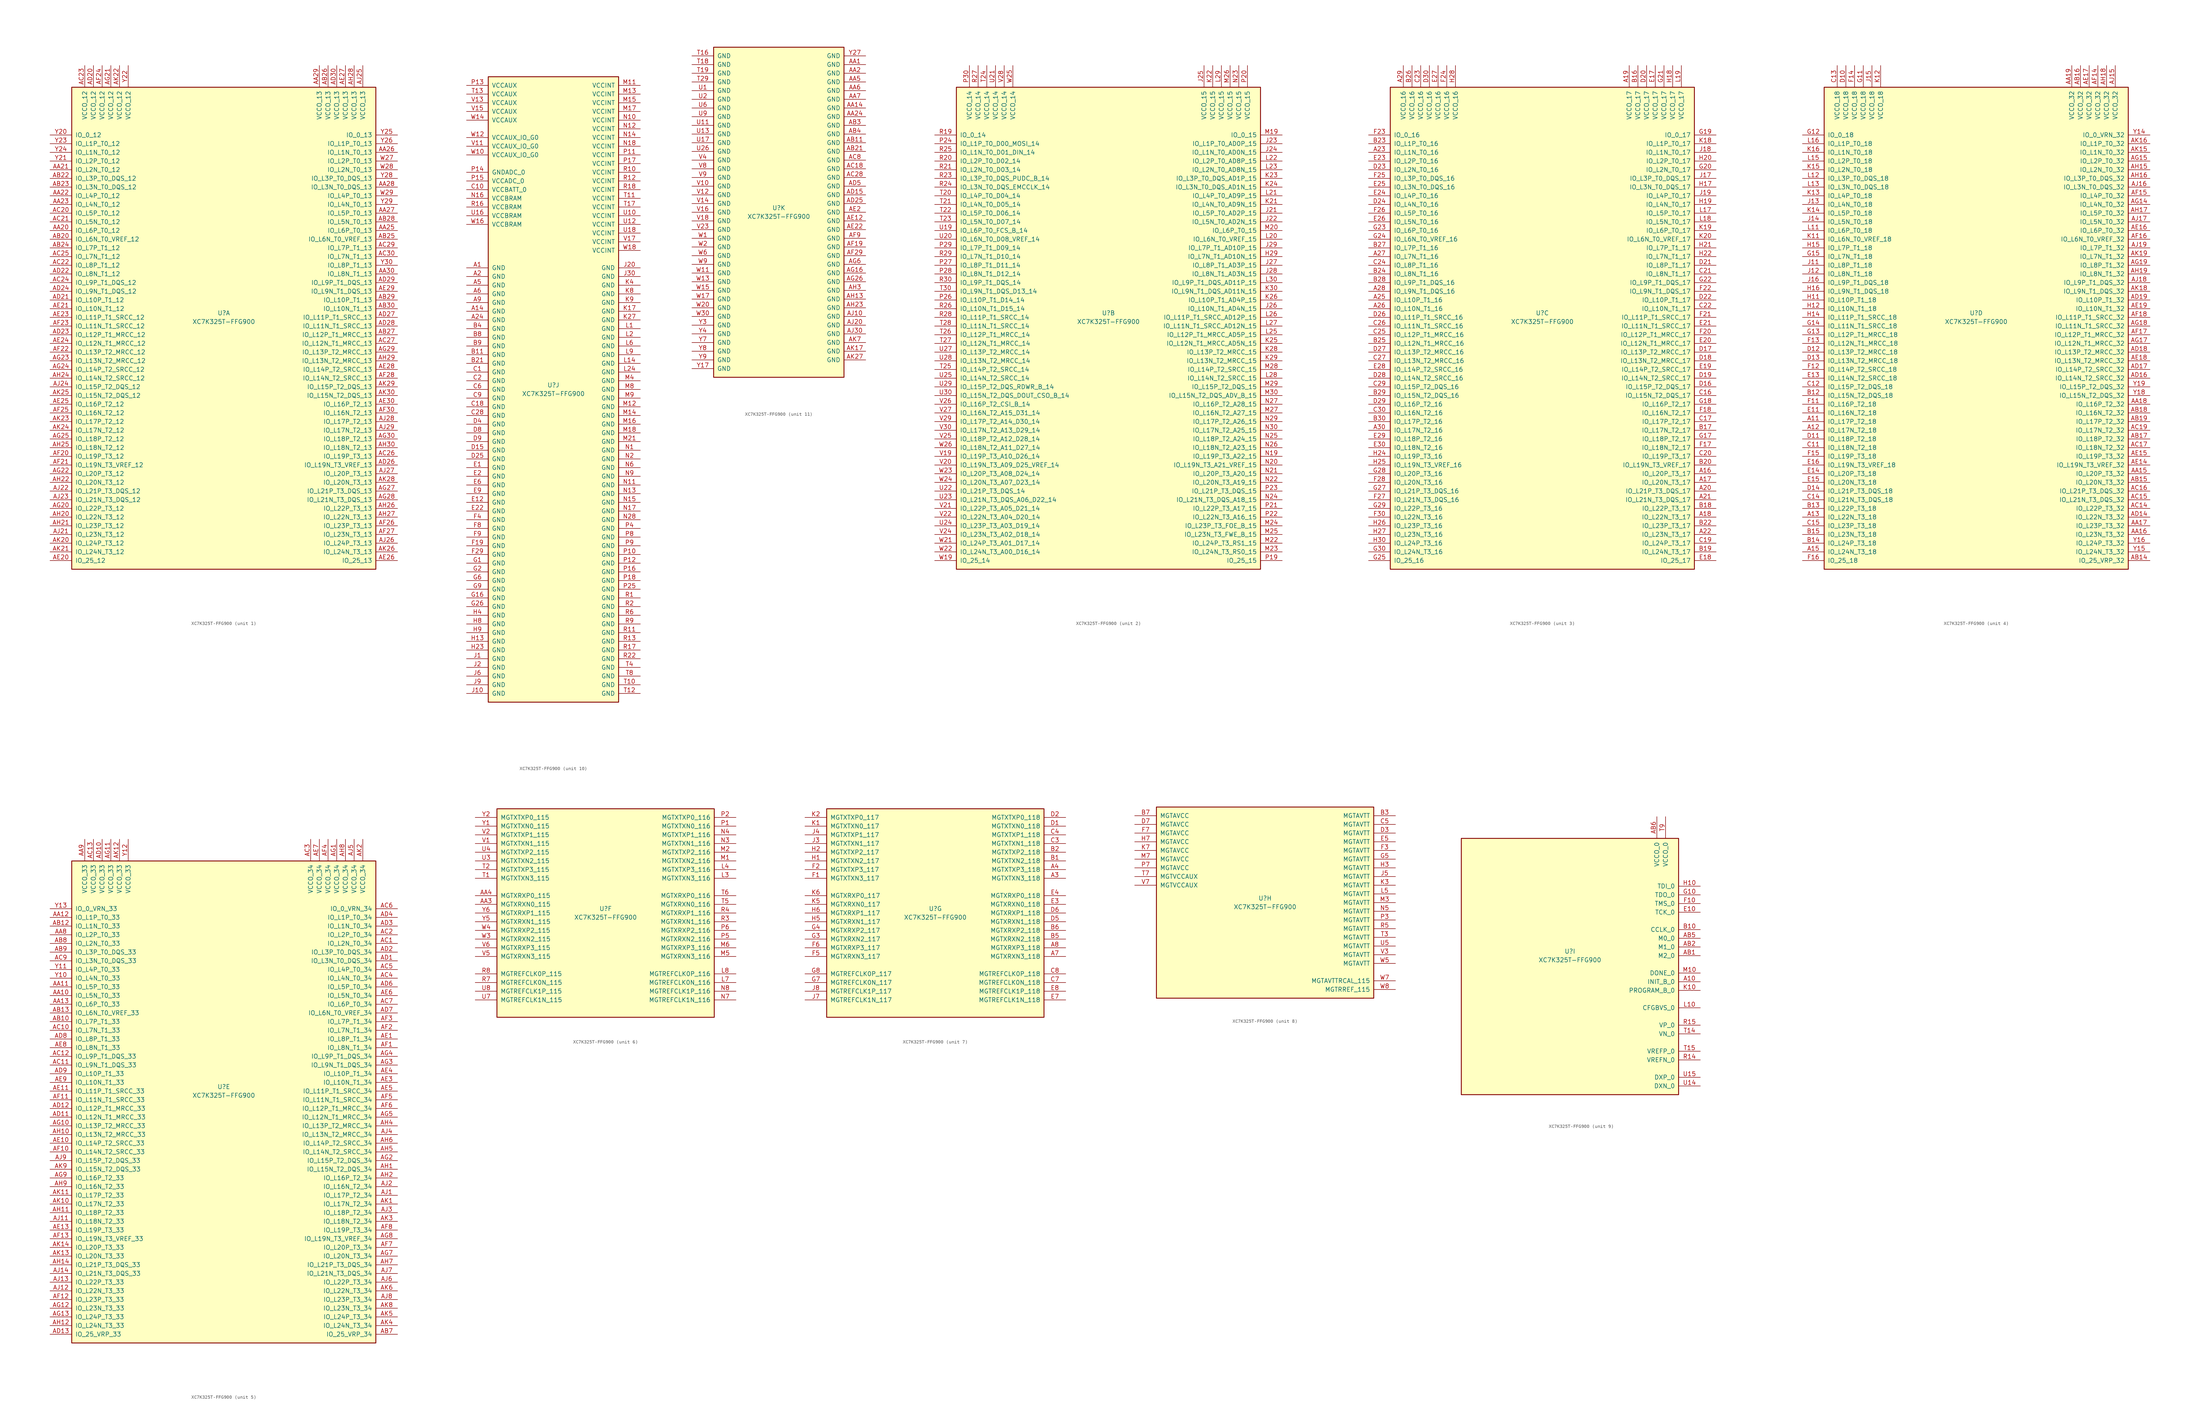
<source format=kicad_sym>
(kicad_symbol_lib
  (version 20201005)
  (generator kicad_symbol_editor)
  (symbol "XC7K325T-FFG900"
    (pin_names
      (offset 1.016))
    (property "Reference" "U"
      (at 0 1.27 0)
      (effects (font (size 1.27 1.27))))
    (property "Value" "XC7K325T-FFG900"
      (at 0 -1.27 0)
      (effects (font (size 1.27 1.27))))
    (property "Datasheet" ""
      (at 0 0 0)
      (effects (font (size 1.27 1.27))))
    (property "ki_locked" ""
      (at 0 0 0)
      (effects (font (size 1.27 1.27))))
    (symbol "XC7K325T-FFG900_1_1"
      (rectangle (start -44.45 67.31) (end 44.45 -73.66) (stroke (width 0.254)) (fill (type background)))
      (pin power_in line (at -40.64 73.66 270) (length 6.35) (name "VCCO_12" (effects (font (size 1.27 1.27)))) (number "AC23" (effects (font (size 1.27 1.27)))))
      (pin power_in line (at -38.1 73.66 270) (length 6.35) (name "VCCO_12" (effects (font (size 1.27 1.27)))) (number "AD20" (effects (font (size 1.27 1.27)))))
      (pin power_in line (at -35.56 73.66 270) (length 6.35) (name "VCCO_12" (effects (font (size 1.27 1.27)))) (number "AF24" (effects (font (size 1.27 1.27)))))
      (pin power_in line (at -33.02 73.66 270) (length 6.35) (name "VCCO_12" (effects (font (size 1.27 1.27)))) (number "AG21" (effects (font (size 1.27 1.27)))))
      (pin power_in line (at -30.48 73.66 270) (length 6.35) (name "VCCO_12" (effects (font (size 1.27 1.27)))) (number "AK22" (effects (font (size 1.27 1.27)))))
      (pin power_in line (at -27.94 73.66 270) (length 6.35) (name "VCCO_12" (effects (font (size 1.27 1.27)))) (number "Y22" (effects (font (size 1.27 1.27)))))
      (pin bidirectional line (at -50.8 53.34 0) (length 6.35) (name "IO_0_12" (effects (font (size 1.27 1.27)))) (number "Y20" (effects (font (size 1.27 1.27)))))
      (pin bidirectional line (at -50.8 50.8 0) (length 6.35) (name "IO_L1P_T0_12" (effects (font (size 1.27 1.27)))) (number "Y23" (effects (font (size 1.27 1.27)))))
      (pin bidirectional line (at -50.8 48.26 0) (length 6.35) (name "IO_L1N_T0_12" (effects (font (size 1.27 1.27)))) (number "Y24" (effects (font (size 1.27 1.27)))))
      (pin bidirectional line (at -50.8 45.72 0) (length 6.35) (name "IO_L2P_T0_12" (effects (font (size 1.27 1.27)))) (number "Y21" (effects (font (size 1.27 1.27)))))
      (pin bidirectional line (at -50.8 43.18 0) (length 6.35) (name "IO_L2N_T0_12" (effects (font (size 1.27 1.27)))) (number "AA21" (effects (font (size 1.27 1.27)))))
      (pin bidirectional line (at -50.8 40.64 0) (length 6.35) (name "IO_L3P_T0_DQS_12" (effects (font (size 1.27 1.27)))) (number "AB22" (effects (font (size 1.27 1.27)))))
      (pin bidirectional line (at -50.8 38.1 0) (length 6.35) (name "IO_L3N_T0_DQS_12" (effects (font (size 1.27 1.27)))) (number "AB23" (effects (font (size 1.27 1.27)))))
      (pin bidirectional line (at -50.8 35.56 0) (length 6.35) (name "IO_L4P_T0_12" (effects (font (size 1.27 1.27)))) (number "AA22" (effects (font (size 1.27 1.27)))))
      (pin bidirectional line (at -50.8 33.02 0) (length 6.35) (name "IO_L4N_T0_12" (effects (font (size 1.27 1.27)))) (number "AA23" (effects (font (size 1.27 1.27)))))
      (pin bidirectional line (at -50.8 30.48 0) (length 6.35) (name "IO_L5P_T0_12" (effects (font (size 1.27 1.27)))) (number "AC20" (effects (font (size 1.27 1.27)))))
      (pin bidirectional line (at -50.8 27.94 0) (length 6.35) (name "IO_L5N_T0_12" (effects (font (size 1.27 1.27)))) (number "AC21" (effects (font (size 1.27 1.27)))))
      (pin bidirectional line (at -50.8 25.4 0) (length 6.35) (name "IO_L6P_T0_12" (effects (font (size 1.27 1.27)))) (number "AA20" (effects (font (size 1.27 1.27)))))
      (pin bidirectional line (at -50.8 22.86 0) (length 6.35) (name "IO_L6N_T0_VREF_12" (effects (font (size 1.27 1.27)))) (number "AB20" (effects (font (size 1.27 1.27)))))
      (pin bidirectional line (at -50.8 20.32 0) (length 6.35) (name "IO_L7P_T1_12" (effects (font (size 1.27 1.27)))) (number "AB24" (effects (font (size 1.27 1.27)))))
      (pin bidirectional line (at -50.8 17.78 0) (length 6.35) (name "IO_L7N_T1_12" (effects (font (size 1.27 1.27)))) (number "AC25" (effects (font (size 1.27 1.27)))))
      (pin bidirectional line (at -50.8 15.24 0) (length 6.35) (name "IO_L8P_T1_12" (effects (font (size 1.27 1.27)))) (number "AC22" (effects (font (size 1.27 1.27)))))
      (pin bidirectional line (at -50.8 12.7 0) (length 6.35) (name "IO_L8N_T1_12" (effects (font (size 1.27 1.27)))) (number "AD22" (effects (font (size 1.27 1.27)))))
      (pin bidirectional line (at -50.8 10.16 0) (length 6.35) (name "IO_L9P_T1_DQS_12" (effects (font (size 1.27 1.27)))) (number "AC24" (effects (font (size 1.27 1.27)))))
      (pin bidirectional line (at -50.8 7.62 0) (length 6.35) (name "IO_L9N_T1_DQS_12" (effects (font (size 1.27 1.27)))) (number "AD24" (effects (font (size 1.27 1.27)))))
      (pin bidirectional line (at -50.8 5.08 0) (length 6.35) (name "IO_L10P_T1_12" (effects (font (size 1.27 1.27)))) (number "AD21" (effects (font (size 1.27 1.27)))))
      (pin bidirectional line (at -50.8 2.54 0) (length 6.35) (name "IO_L10N_T1_12" (effects (font (size 1.27 1.27)))) (number "AE21" (effects (font (size 1.27 1.27)))))
      (pin bidirectional line (at -50.8 0 0) (length 6.35) (name "IO_L11P_T1_SRCC_12" (effects (font (size 1.27 1.27)))) (number "AE23" (effects (font (size 1.27 1.27)))))
      (pin bidirectional line (at -50.8 -2.54 0) (length 6.35) (name "IO_L11N_T1_SRCC_12" (effects (font (size 1.27 1.27)))) (number "AF23" (effects (font (size 1.27 1.27)))))
      (pin bidirectional line (at -50.8 -5.08 0) (length 6.35) (name "IO_L12P_T1_MRCC_12" (effects (font (size 1.27 1.27)))) (number "AD23" (effects (font (size 1.27 1.27)))))
      (pin bidirectional line (at -50.8 -7.62 0) (length 6.35) (name "IO_L12N_T1_MRCC_12" (effects (font (size 1.27 1.27)))) (number "AE24" (effects (font (size 1.27 1.27)))))
      (pin bidirectional line (at -50.8 -10.16 0) (length 6.35) (name "IO_L13P_T2_MRCC_12" (effects (font (size 1.27 1.27)))) (number "AF22" (effects (font (size 1.27 1.27)))))
      (pin bidirectional line (at -50.8 -12.7 0) (length 6.35) (name "IO_L13N_T2_MRCC_12" (effects (font (size 1.27 1.27)))) (number "AG23" (effects (font (size 1.27 1.27)))))
      (pin bidirectional line (at -50.8 -15.24 0) (length 6.35) (name "IO_L14P_T2_SRCC_12" (effects (font (size 1.27 1.27)))) (number "AG24" (effects (font (size 1.27 1.27)))))
      (pin bidirectional line (at -50.8 -17.78 0) (length 6.35) (name "IO_L14N_T2_SRCC_12" (effects (font (size 1.27 1.27)))) (number "AH24" (effects (font (size 1.27 1.27)))))
      (pin bidirectional line (at -50.8 -20.32 0) (length 6.35) (name "IO_L15P_T2_DQS_12" (effects (font (size 1.27 1.27)))) (number "AJ24" (effects (font (size 1.27 1.27)))))
      (pin bidirectional line (at -50.8 -22.86 0) (length 6.35) (name "IO_L15N_T2_DQS_12" (effects (font (size 1.27 1.27)))) (number "AK25" (effects (font (size 1.27 1.27)))))
      (pin bidirectional line (at -50.8 -25.4 0) (length 6.35) (name "IO_L16P_T2_12" (effects (font (size 1.27 1.27)))) (number "AE25" (effects (font (size 1.27 1.27)))))
      (pin bidirectional line (at -50.8 -27.94 0) (length 6.35) (name "IO_L16N_T2_12" (effects (font (size 1.27 1.27)))) (number "AF25" (effects (font (size 1.27 1.27)))))
      (pin bidirectional line (at -50.8 -30.48 0) (length 6.35) (name "IO_L17P_T2_12" (effects (font (size 1.27 1.27)))) (number "AK23" (effects (font (size 1.27 1.27)))))
      (pin bidirectional line (at -50.8 -33.02 0) (length 6.35) (name "IO_L17N_T2_12" (effects (font (size 1.27 1.27)))) (number "AK24" (effects (font (size 1.27 1.27)))))
      (pin bidirectional line (at -50.8 -35.56 0) (length 6.35) (name "IO_L18P_T2_12" (effects (font (size 1.27 1.27)))) (number "AG25" (effects (font (size 1.27 1.27)))))
      (pin bidirectional line (at -50.8 -38.1 0) (length 6.35) (name "IO_L18N_T2_12" (effects (font (size 1.27 1.27)))) (number "AH25" (effects (font (size 1.27 1.27)))))
      (pin bidirectional line (at -50.8 -40.64 0) (length 6.35) (name "IO_L19P_T3_12" (effects (font (size 1.27 1.27)))) (number "AF20" (effects (font (size 1.27 1.27)))))
      (pin bidirectional line (at -50.8 -43.18 0) (length 6.35) (name "IO_L19N_T3_VREF_12" (effects (font (size 1.27 1.27)))) (number "AF21" (effects (font (size 1.27 1.27)))))
      (pin bidirectional line (at -50.8 -45.72 0) (length 6.35) (name "IO_L20P_T3_12" (effects (font (size 1.27 1.27)))) (number "AG22" (effects (font (size 1.27 1.27)))))
      (pin bidirectional line (at -50.8 -48.26 0) (length 6.35) (name "IO_L20N_T3_12" (effects (font (size 1.27 1.27)))) (number "AH22" (effects (font (size 1.27 1.27)))))
      (pin bidirectional line (at -50.8 -50.8 0) (length 6.35) (name "IO_L21P_T3_DQS_12" (effects (font (size 1.27 1.27)))) (number "AJ22" (effects (font (size 1.27 1.27)))))
      (pin bidirectional line (at -50.8 -53.34 0) (length 6.35) (name "IO_L21N_T3_DQS_12" (effects (font (size 1.27 1.27)))) (number "AJ23" (effects (font (size 1.27 1.27)))))
      (pin bidirectional line (at -50.8 -55.88 0) (length 6.35) (name "IO_L22P_T3_12" (effects (font (size 1.27 1.27)))) (number "AG20" (effects (font (size 1.27 1.27)))))
      (pin bidirectional line (at -50.8 -58.42 0) (length 6.35) (name "IO_L22N_T3_12" (effects (font (size 1.27 1.27)))) (number "AH20" (effects (font (size 1.27 1.27)))))
      (pin bidirectional line (at -50.8 -60.96 0) (length 6.35) (name "IO_L23P_T3_12" (effects (font (size 1.27 1.27)))) (number "AH21" (effects (font (size 1.27 1.27)))))
      (pin bidirectional line (at -50.8 -63.5 0) (length 6.35) (name "IO_L23N_T3_12" (effects (font (size 1.27 1.27)))) (number "AJ21" (effects (font (size 1.27 1.27)))))
      (pin bidirectional line (at -50.8 -66.04 0) (length 6.35) (name "IO_L24P_T3_12" (effects (font (size 1.27 1.27)))) (number "AK20" (effects (font (size 1.27 1.27)))))
      (pin bidirectional line (at -50.8 -68.58 0) (length 6.35) (name "IO_L24N_T3_12" (effects (font (size 1.27 1.27)))) (number "AK21" (effects (font (size 1.27 1.27)))))
      (pin bidirectional line (at -50.8 -71.12 0) (length 6.35) (name "IO_25_12" (effects (font (size 1.27 1.27)))) (number "AE20" (effects (font (size 1.27 1.27)))))
      (pin power_in line (at 27.94 73.66 270) (length 6.35) (name "VCCO_13" (effects (font (size 1.27 1.27)))) (number "AA29" (effects (font (size 1.27 1.27)))))
      (pin power_in line (at 30.48 73.66 270) (length 6.35) (name "VCCO_13" (effects (font (size 1.27 1.27)))) (number "AB26" (effects (font (size 1.27 1.27)))))
      (pin power_in line (at 33.02 73.66 270) (length 6.35) (name "VCCO_13" (effects (font (size 1.27 1.27)))) (number "AD30" (effects (font (size 1.27 1.27)))))
      (pin power_in line (at 35.56 73.66 270) (length 6.35) (name "VCCO_13" (effects (font (size 1.27 1.27)))) (number "AE27" (effects (font (size 1.27 1.27)))))
      (pin power_in line (at 38.1 73.66 270) (length 6.35) (name "VCCO_13" (effects (font (size 1.27 1.27)))) (number "AH28" (effects (font (size 1.27 1.27)))))
      (pin power_in line (at 40.64 73.66 270) (length 6.35) (name "VCCO_13" (effects (font (size 1.27 1.27)))) (number "AJ25" (effects (font (size 1.27 1.27)))))
      (pin bidirectional line (at 50.8 53.34 180) (length 6.35) (name "IO_0_13" (effects (font (size 1.27 1.27)))) (number "Y25" (effects (font (size 1.27 1.27)))))
      (pin bidirectional line (at 50.8 50.8 180) (length 6.35) (name "IO_L1P_T0_13" (effects (font (size 1.27 1.27)))) (number "Y26" (effects (font (size 1.27 1.27)))))
      (pin bidirectional line (at 50.8 48.26 180) (length 6.35) (name "IO_L1N_T0_13" (effects (font (size 1.27 1.27)))) (number "AA26" (effects (font (size 1.27 1.27)))))
      (pin bidirectional line (at 50.8 45.72 180) (length 6.35) (name "IO_L2P_T0_13" (effects (font (size 1.27 1.27)))) (number "W27" (effects (font (size 1.27 1.27)))))
      (pin bidirectional line (at 50.8 43.18 180) (length 6.35) (name "IO_L2N_T0_13" (effects (font (size 1.27 1.27)))) (number "W28" (effects (font (size 1.27 1.27)))))
      (pin bidirectional line (at 50.8 40.64 180) (length 6.35) (name "IO_L3P_T0_DQS_13" (effects (font (size 1.27 1.27)))) (number "Y28" (effects (font (size 1.27 1.27)))))
      (pin bidirectional line (at 50.8 38.1 180) (length 6.35) (name "IO_L3N_T0_DQS_13" (effects (font (size 1.27 1.27)))) (number "AA28" (effects (font (size 1.27 1.27)))))
      (pin bidirectional line (at 50.8 35.56 180) (length 6.35) (name "IO_L4P_T0_13" (effects (font (size 1.27 1.27)))) (number "W29" (effects (font (size 1.27 1.27)))))
      (pin bidirectional line (at 50.8 33.02 180) (length 6.35) (name "IO_L4N_T0_13" (effects (font (size 1.27 1.27)))) (number "Y29" (effects (font (size 1.27 1.27)))))
      (pin bidirectional line (at 50.8 30.48 180) (length 6.35) (name "IO_L5P_T0_13" (effects (font (size 1.27 1.27)))) (number "AA27" (effects (font (size 1.27 1.27)))))
      (pin bidirectional line (at 50.8 27.94 180) (length 6.35) (name "IO_L5N_T0_13" (effects (font (size 1.27 1.27)))) (number "AB28" (effects (font (size 1.27 1.27)))))
      (pin bidirectional line (at 50.8 25.4 180) (length 6.35) (name "IO_L6P_T0_13" (effects (font (size 1.27 1.27)))) (number "AA25" (effects (font (size 1.27 1.27)))))
      (pin bidirectional line (at 50.8 22.86 180) (length 6.35) (name "IO_L6N_T0_VREF_13" (effects (font (size 1.27 1.27)))) (number "AB25" (effects (font (size 1.27 1.27)))))
      (pin bidirectional line (at 50.8 20.32 180) (length 6.35) (name "IO_L7P_T1_13" (effects (font (size 1.27 1.27)))) (number "AC29" (effects (font (size 1.27 1.27)))))
      (pin bidirectional line (at 50.8 17.78 180) (length 6.35) (name "IO_L7N_T1_13" (effects (font (size 1.27 1.27)))) (number "AC30" (effects (font (size 1.27 1.27)))))
      (pin bidirectional line (at 50.8 15.24 180) (length 6.35) (name "IO_L8P_T1_13" (effects (font (size 1.27 1.27)))) (number "Y30" (effects (font (size 1.27 1.27)))))
      (pin bidirectional line (at 50.8 12.7 180) (length 6.35) (name "IO_L8N_T1_13" (effects (font (size 1.27 1.27)))) (number "AA30" (effects (font (size 1.27 1.27)))))
      (pin bidirectional line (at 50.8 10.16 180) (length 6.35) (name "IO_L9P_T1_DQS_13" (effects (font (size 1.27 1.27)))) (number "AD29" (effects (font (size 1.27 1.27)))))
      (pin bidirectional line (at 50.8 7.62 180) (length 6.35) (name "IO_L9N_T1_DQS_13" (effects (font (size 1.27 1.27)))) (number "AE29" (effects (font (size 1.27 1.27)))))
      (pin bidirectional line (at 50.8 5.08 180) (length 6.35) (name "IO_L10P_T1_13" (effects (font (size 1.27 1.27)))) (number "AB29" (effects (font (size 1.27 1.27)))))
      (pin bidirectional line (at 50.8 2.54 180) (length 6.35) (name "IO_L10N_T1_13" (effects (font (size 1.27 1.27)))) (number "AB30" (effects (font (size 1.27 1.27)))))
      (pin bidirectional line (at 50.8 0 180) (length 6.35) (name "IO_L11P_T1_SRCC_13" (effects (font (size 1.27 1.27)))) (number "AD27" (effects (font (size 1.27 1.27)))))
      (pin bidirectional line (at 50.8 -2.54 180) (length 6.35) (name "IO_L11N_T1_SRCC_13" (effects (font (size 1.27 1.27)))) (number "AD28" (effects (font (size 1.27 1.27)))))
      (pin bidirectional line (at 50.8 -5.08 180) (length 6.35) (name "IO_L12P_T1_MRCC_13" (effects (font (size 1.27 1.27)))) (number "AB27" (effects (font (size 1.27 1.27)))))
      (pin bidirectional line (at 50.8 -7.62 180) (length 6.35) (name "IO_L12N_T1_MRCC_13" (effects (font (size 1.27 1.27)))) (number "AC27" (effects (font (size 1.27 1.27)))))
      (pin bidirectional line (at 50.8 -10.16 180) (length 6.35) (name "IO_L13P_T2_MRCC_13" (effects (font (size 1.27 1.27)))) (number "AG29" (effects (font (size 1.27 1.27)))))
      (pin bidirectional line (at 50.8 -12.7 180) (length 6.35) (name "IO_L13N_T2_MRCC_13" (effects (font (size 1.27 1.27)))) (number "AH29" (effects (font (size 1.27 1.27)))))
      (pin bidirectional line (at 50.8 -15.24 180) (length 6.35) (name "IO_L14P_T2_SRCC_13" (effects (font (size 1.27 1.27)))) (number "AE28" (effects (font (size 1.27 1.27)))))
      (pin bidirectional line (at 50.8 -17.78 180) (length 6.35) (name "IO_L14N_T2_SRCC_13" (effects (font (size 1.27 1.27)))) (number "AF28" (effects (font (size 1.27 1.27)))))
      (pin bidirectional line (at 50.8 -20.32 180) (length 6.35) (name "IO_L15P_T2_DQS_13" (effects (font (size 1.27 1.27)))) (number "AK29" (effects (font (size 1.27 1.27)))))
      (pin bidirectional line (at 50.8 -22.86 180) (length 6.35) (name "IO_L15N_T2_DQS_13" (effects (font (size 1.27 1.27)))) (number "AK30" (effects (font (size 1.27 1.27)))))
      (pin bidirectional line (at 50.8 -25.4 180) (length 6.35) (name "IO_L16P_T2_13" (effects (font (size 1.27 1.27)))) (number "AE30" (effects (font (size 1.27 1.27)))))
      (pin bidirectional line (at 50.8 -27.94 180) (length 6.35) (name "IO_L16N_T2_13" (effects (font (size 1.27 1.27)))) (number "AF30" (effects (font (size 1.27 1.27)))))
      (pin bidirectional line (at 50.8 -30.48 180) (length 6.35) (name "IO_L17P_T2_13" (effects (font (size 1.27 1.27)))) (number "AJ28" (effects (font (size 1.27 1.27)))))
      (pin bidirectional line (at 50.8 -33.02 180) (length 6.35) (name "IO_L17N_T2_13" (effects (font (size 1.27 1.27)))) (number "AJ29" (effects (font (size 1.27 1.27)))))
      (pin bidirectional line (at 50.8 -35.56 180) (length 6.35) (name "IO_L18P_T2_13" (effects (font (size 1.27 1.27)))) (number "AG30" (effects (font (size 1.27 1.27)))))
      (pin bidirectional line (at 50.8 -38.1 180) (length 6.35) (name "IO_L18N_T2_13" (effects (font (size 1.27 1.27)))) (number "AH30" (effects (font (size 1.27 1.27)))))
      (pin bidirectional line (at 50.8 -40.64 180) (length 6.35) (name "IO_L19P_T3_13" (effects (font (size 1.27 1.27)))) (number "AC26" (effects (font (size 1.27 1.27)))))
      (pin bidirectional line (at 50.8 -43.18 180) (length 6.35) (name "IO_L19N_T3_VREF_13" (effects (font (size 1.27 1.27)))) (number "AD26" (effects (font (size 1.27 1.27)))))
      (pin bidirectional line (at 50.8 -45.72 180) (length 6.35) (name "IO_L20P_T3_13" (effects (font (size 1.27 1.27)))) (number "AJ27" (effects (font (size 1.27 1.27)))))
      (pin bidirectional line (at 50.8 -48.26 180) (length 6.35) (name "IO_L20N_T3_13" (effects (font (size 1.27 1.27)))) (number "AK28" (effects (font (size 1.27 1.27)))))
      (pin bidirectional line (at 50.8 -50.8 180) (length 6.35) (name "IO_L21P_T3_DQS_13" (effects (font (size 1.27 1.27)))) (number "AG27" (effects (font (size 1.27 1.27)))))
      (pin bidirectional line (at 50.8 -53.34 180) (length 6.35) (name "IO_L21N_T3_DQS_13" (effects (font (size 1.27 1.27)))) (number "AG28" (effects (font (size 1.27 1.27)))))
      (pin bidirectional line (at 50.8 -55.88 180) (length 6.35) (name "IO_L22P_T3_13" (effects (font (size 1.27 1.27)))) (number "AH26" (effects (font (size 1.27 1.27)))))
      (pin bidirectional line (at 50.8 -58.42 180) (length 6.35) (name "IO_L22N_T3_13" (effects (font (size 1.27 1.27)))) (number "AH27" (effects (font (size 1.27 1.27)))))
      (pin bidirectional line (at 50.8 -60.96 180) (length 6.35) (name "IO_L23P_T3_13" (effects (font (size 1.27 1.27)))) (number "AF26" (effects (font (size 1.27 1.27)))))
      (pin bidirectional line (at 50.8 -63.5 180) (length 6.35) (name "IO_L23N_T3_13" (effects (font (size 1.27 1.27)))) (number "AF27" (effects (font (size 1.27 1.27)))))
      (pin bidirectional line (at 50.8 -66.04 180) (length 6.35) (name "IO_L24P_T3_13" (effects (font (size 1.27 1.27)))) (number "AJ26" (effects (font (size 1.27 1.27)))))
      (pin bidirectional line (at 50.8 -68.58 180) (length 6.35) (name "IO_L24N_T3_13" (effects (font (size 1.27 1.27)))) (number "AK26" (effects (font (size 1.27 1.27)))))
      (pin bidirectional line (at 50.8 -71.12 180) (length 6.35) (name "IO_25_13" (effects (font (size 1.27 1.27)))) (number "AE26" (effects (font (size 1.27 1.27))))))
    (symbol "XC7K325T-FFG900_2_1"
      (rectangle (start -44.45 67.31) (end 44.45 -73.66) (stroke (width 0.254)) (fill (type background)))
      (pin power_in line (at -40.64 73.66 270) (length 6.35) (name "VCCO_14" (effects (font (size 1.27 1.27)))) (number "P30" (effects (font (size 1.27 1.27)))))
      (pin power_in line (at -38.1 73.66 270) (length 6.35) (name "VCCO_14" (effects (font (size 1.27 1.27)))) (number "R27" (effects (font (size 1.27 1.27)))))
      (pin power_in line (at -35.56 73.66 270) (length 6.35) (name "VCCO_14" (effects (font (size 1.27 1.27)))) (number "T24" (effects (font (size 1.27 1.27)))))
      (pin power_in line (at -33.02 73.66 270) (length 6.35) (name "VCCO_14" (effects (font (size 1.27 1.27)))) (number "U21" (effects (font (size 1.27 1.27)))))
      (pin power_in line (at -30.48 73.66 270) (length 6.35) (name "VCCO_14" (effects (font (size 1.27 1.27)))) (number "V28" (effects (font (size 1.27 1.27)))))
      (pin power_in line (at -27.94 73.66 270) (length 6.35) (name "VCCO_14" (effects (font (size 1.27 1.27)))) (number "W25" (effects (font (size 1.27 1.27)))))
      (pin bidirectional line (at -50.8 53.34 0) (length 6.35) (name "IO_0_14" (effects (font (size 1.27 1.27)))) (number "R19" (effects (font (size 1.27 1.27)))))
      (pin bidirectional line (at -50.8 50.8 0) (length 6.35) (name "IO_L1P_T0_D00_MOSI_14" (effects (font (size 1.27 1.27)))) (number "P24" (effects (font (size 1.27 1.27)))))
      (pin bidirectional line (at -50.8 48.26 0) (length 6.35) (name "IO_L1N_T0_D01_DIN_14" (effects (font (size 1.27 1.27)))) (number "R25" (effects (font (size 1.27 1.27)))))
      (pin bidirectional line (at -50.8 45.72 0) (length 6.35) (name "IO_L2P_T0_D02_14" (effects (font (size 1.27 1.27)))) (number "R20" (effects (font (size 1.27 1.27)))))
      (pin bidirectional line (at -50.8 43.18 0) (length 6.35) (name "IO_L2N_T0_D03_14" (effects (font (size 1.27 1.27)))) (number "R21" (effects (font (size 1.27 1.27)))))
      (pin bidirectional line (at -50.8 40.64 0) (length 6.35) (name "IO_L3P_T0_DQS_PUDC_B_14" (effects (font (size 1.27 1.27)))) (number "R23" (effects (font (size 1.27 1.27)))))
      (pin bidirectional line (at -50.8 38.1 0) (length 6.35) (name "IO_L3N_T0_DQS_EMCCLK_14" (effects (font (size 1.27 1.27)))) (number "R24" (effects (font (size 1.27 1.27)))))
      (pin bidirectional line (at -50.8 35.56 0) (length 6.35) (name "IO_L4P_T0_D04_14" (effects (font (size 1.27 1.27)))) (number "T20" (effects (font (size 1.27 1.27)))))
      (pin bidirectional line (at -50.8 33.02 0) (length 6.35) (name "IO_L4N_T0_D05_14" (effects (font (size 1.27 1.27)))) (number "T21" (effects (font (size 1.27 1.27)))))
      (pin bidirectional line (at -50.8 30.48 0) (length 6.35) (name "IO_L5P_T0_D06_14" (effects (font (size 1.27 1.27)))) (number "T22" (effects (font (size 1.27 1.27)))))
      (pin bidirectional line (at -50.8 27.94 0) (length 6.35) (name "IO_L5N_T0_D07_14" (effects (font (size 1.27 1.27)))) (number "T23" (effects (font (size 1.27 1.27)))))
      (pin bidirectional line (at -50.8 25.4 0) (length 6.35) (name "IO_L6P_T0_FCS_B_14" (effects (font (size 1.27 1.27)))) (number "U19" (effects (font (size 1.27 1.27)))))
      (pin bidirectional line (at -50.8 22.86 0) (length 6.35) (name "IO_L6N_T0_D08_VREF_14" (effects (font (size 1.27 1.27)))) (number "U20" (effects (font (size 1.27 1.27)))))
      (pin bidirectional line (at -50.8 20.32 0) (length 6.35) (name "IO_L7P_T1_D09_14" (effects (font (size 1.27 1.27)))) (number "P29" (effects (font (size 1.27 1.27)))))
      (pin bidirectional line (at -50.8 17.78 0) (length 6.35) (name "IO_L7N_T1_D10_14" (effects (font (size 1.27 1.27)))) (number "R29" (effects (font (size 1.27 1.27)))))
      (pin bidirectional line (at -50.8 15.24 0) (length 6.35) (name "IO_L8P_T1_D11_14" (effects (font (size 1.27 1.27)))) (number "P27" (effects (font (size 1.27 1.27)))))
      (pin bidirectional line (at -50.8 12.7 0) (length 6.35) (name "IO_L8N_T1_D12_14" (effects (font (size 1.27 1.27)))) (number "P28" (effects (font (size 1.27 1.27)))))
      (pin bidirectional line (at -50.8 10.16 0) (length 6.35) (name "IO_L9P_T1_DQS_14" (effects (font (size 1.27 1.27)))) (number "R30" (effects (font (size 1.27 1.27)))))
      (pin bidirectional line (at -50.8 7.62 0) (length 6.35) (name "IO_L9N_T1_DQS_D13_14" (effects (font (size 1.27 1.27)))) (number "T30" (effects (font (size 1.27 1.27)))))
      (pin bidirectional line (at -50.8 5.08 0) (length 6.35) (name "IO_L10P_T1_D14_14" (effects (font (size 1.27 1.27)))) (number "P26" (effects (font (size 1.27 1.27)))))
      (pin bidirectional line (at -50.8 2.54 0) (length 6.35) (name "IO_L10N_T1_D15_14" (effects (font (size 1.27 1.27)))) (number "R26" (effects (font (size 1.27 1.27)))))
      (pin bidirectional line (at -50.8 0 0) (length 6.35) (name "IO_L11P_T1_SRCC_14" (effects (font (size 1.27 1.27)))) (number "R28" (effects (font (size 1.27 1.27)))))
      (pin bidirectional line (at -50.8 -2.54 0) (length 6.35) (name "IO_L11N_T1_SRCC_14" (effects (font (size 1.27 1.27)))) (number "T28" (effects (font (size 1.27 1.27)))))
      (pin bidirectional line (at -50.8 -5.08 0) (length 6.35) (name "IO_L12P_T1_MRCC_14" (effects (font (size 1.27 1.27)))) (number "T26" (effects (font (size 1.27 1.27)))))
      (pin bidirectional line (at -50.8 -7.62 0) (length 6.35) (name "IO_L12N_T1_MRCC_14" (effects (font (size 1.27 1.27)))) (number "T27" (effects (font (size 1.27 1.27)))))
      (pin bidirectional line (at -50.8 -10.16 0) (length 6.35) (name "IO_L13P_T2_MRCC_14" (effects (font (size 1.27 1.27)))) (number "U27" (effects (font (size 1.27 1.27)))))
      (pin bidirectional line (at -50.8 -12.7 0) (length 6.35) (name "IO_L13N_T2_MRCC_14" (effects (font (size 1.27 1.27)))) (number "U28" (effects (font (size 1.27 1.27)))))
      (pin bidirectional line (at -50.8 -15.24 0) (length 6.35) (name "IO_L14P_T2_SRCC_14" (effects (font (size 1.27 1.27)))) (number "T25" (effects (font (size 1.27 1.27)))))
      (pin bidirectional line (at -50.8 -17.78 0) (length 6.35) (name "IO_L14N_T2_SRCC_14" (effects (font (size 1.27 1.27)))) (number "U25" (effects (font (size 1.27 1.27)))))
      (pin bidirectional line (at -50.8 -20.32 0) (length 6.35) (name "IO_L15P_T2_DQS_RDWR_B_14" (effects (font (size 1.27 1.27)))) (number "U29" (effects (font (size 1.27 1.27)))))
      (pin bidirectional line (at -50.8 -22.86 0) (length 6.35) (name "IO_L15N_T2_DQS_DOUT_CSO_B_14" (effects (font (size 1.27 1.27)))) (number "U30" (effects (font (size 1.27 1.27)))))
      (pin bidirectional line (at -50.8 -25.4 0) (length 6.35) (name "IO_L16P_T2_CSI_B_14" (effects (font (size 1.27 1.27)))) (number "V26" (effects (font (size 1.27 1.27)))))
      (pin bidirectional line (at -50.8 -27.94 0) (length 6.35) (name "IO_L16N_T2_A15_D31_14" (effects (font (size 1.27 1.27)))) (number "V27" (effects (font (size 1.27 1.27)))))
      (pin bidirectional line (at -50.8 -30.48 0) (length 6.35) (name "IO_L17P_T2_A14_D30_14" (effects (font (size 1.27 1.27)))) (number "V29" (effects (font (size 1.27 1.27)))))
      (pin bidirectional line (at -50.8 -33.02 0) (length 6.35) (name "IO_L17N_T2_A13_D29_14" (effects (font (size 1.27 1.27)))) (number "V30" (effects (font (size 1.27 1.27)))))
      (pin bidirectional line (at -50.8 -35.56 0) (length 6.35) (name "IO_L18P_T2_A12_D28_14" (effects (font (size 1.27 1.27)))) (number "V25" (effects (font (size 1.27 1.27)))))
      (pin bidirectional line (at -50.8 -38.1 0) (length 6.35) (name "IO_L18N_T2_A11_D27_14" (effects (font (size 1.27 1.27)))) (number "W26" (effects (font (size 1.27 1.27)))))
      (pin bidirectional line (at -50.8 -40.64 0) (length 6.35) (name "IO_L19P_T3_A10_D26_14" (effects (font (size 1.27 1.27)))) (number "V19" (effects (font (size 1.27 1.27)))))
      (pin bidirectional line (at -50.8 -43.18 0) (length 6.35) (name "IO_L19N_T3_A09_D25_VREF_14" (effects (font (size 1.27 1.27)))) (number "V20" (effects (font (size 1.27 1.27)))))
      (pin bidirectional line (at -50.8 -45.72 0) (length 6.35) (name "IO_L20P_T3_A08_D24_14" (effects (font (size 1.27 1.27)))) (number "W23" (effects (font (size 1.27 1.27)))))
      (pin bidirectional line (at -50.8 -48.26 0) (length 6.35) (name "IO_L20N_T3_A07_D23_14" (effects (font (size 1.27 1.27)))) (number "W24" (effects (font (size 1.27 1.27)))))
      (pin bidirectional line (at -50.8 -50.8 0) (length 6.35) (name "IO_L21P_T3_DQS_14" (effects (font (size 1.27 1.27)))) (number "U22" (effects (font (size 1.27 1.27)))))
      (pin bidirectional line (at -50.8 -53.34 0) (length 6.35) (name "IO_L21N_T3_DQS_A06_D22_14" (effects (font (size 1.27 1.27)))) (number "U23" (effects (font (size 1.27 1.27)))))
      (pin bidirectional line (at -50.8 -55.88 0) (length 6.35) (name "IO_L22P_T3_A05_D21_14" (effects (font (size 1.27 1.27)))) (number "V21" (effects (font (size 1.27 1.27)))))
      (pin bidirectional line (at -50.8 -58.42 0) (length 6.35) (name "IO_L22N_T3_A04_D20_14" (effects (font (size 1.27 1.27)))) (number "V22" (effects (font (size 1.27 1.27)))))
      (pin bidirectional line (at -50.8 -60.96 0) (length 6.35) (name "IO_L23P_T3_A03_D19_14" (effects (font (size 1.27 1.27)))) (number "U24" (effects (font (size 1.27 1.27)))))
      (pin bidirectional line (at -50.8 -63.5 0) (length 6.35) (name "IO_L23N_T3_A02_D18_14" (effects (font (size 1.27 1.27)))) (number "V24" (effects (font (size 1.27 1.27)))))
      (pin bidirectional line (at -50.8 -66.04 0) (length 6.35) (name "IO_L24P_T3_A01_D17_14" (effects (font (size 1.27 1.27)))) (number "W21" (effects (font (size 1.27 1.27)))))
      (pin bidirectional line (at -50.8 -68.58 0) (length 6.35) (name "IO_L24N_T3_A00_D16_14" (effects (font (size 1.27 1.27)))) (number "W22" (effects (font (size 1.27 1.27)))))
      (pin bidirectional line (at -50.8 -71.12 0) (length 6.35) (name "IO_25_14" (effects (font (size 1.27 1.27)))) (number "W19" (effects (font (size 1.27 1.27)))))
      (pin power_in line (at 27.94 73.66 270) (length 6.35) (name "VCCO_15" (effects (font (size 1.27 1.27)))) (number "J25" (effects (font (size 1.27 1.27)))))
      (pin power_in line (at 30.48 73.66 270) (length 6.35) (name "VCCO_15" (effects (font (size 1.27 1.27)))) (number "K22" (effects (font (size 1.27 1.27)))))
      (pin power_in line (at 33.02 73.66 270) (length 6.35) (name "VCCO_15" (effects (font (size 1.27 1.27)))) (number "L29" (effects (font (size 1.27 1.27)))))
      (pin power_in line (at 35.56 73.66 270) (length 6.35) (name "VCCO_15" (effects (font (size 1.27 1.27)))) (number "M26" (effects (font (size 1.27 1.27)))))
      (pin power_in line (at 38.1 73.66 270) (length 6.35) (name "VCCO_15" (effects (font (size 1.27 1.27)))) (number "N23" (effects (font (size 1.27 1.27)))))
      (pin power_in line (at 40.64 73.66 270) (length 6.35) (name "VCCO_15" (effects (font (size 1.27 1.27)))) (number "P20" (effects (font (size 1.27 1.27)))))
      (pin bidirectional line (at 50.8 53.34 180) (length 6.35) (name "IO_0_15" (effects (font (size 1.27 1.27)))) (number "M19" (effects (font (size 1.27 1.27)))))
      (pin bidirectional line (at 50.8 50.8 180) (length 6.35) (name "IO_L1P_T0_AD0P_15" (effects (font (size 1.27 1.27)))) (number "J23" (effects (font (size 1.27 1.27)))))
      (pin bidirectional line (at 50.8 48.26 180) (length 6.35) (name "IO_L1N_T0_AD0N_15" (effects (font (size 1.27 1.27)))) (number "J24" (effects (font (size 1.27 1.27)))))
      (pin bidirectional line (at 50.8 45.72 180) (length 6.35) (name "IO_L2P_T0_AD8P_15" (effects (font (size 1.27 1.27)))) (number "L22" (effects (font (size 1.27 1.27)))))
      (pin bidirectional line (at 50.8 43.18 180) (length 6.35) (name "IO_L2N_T0_AD8N_15" (effects (font (size 1.27 1.27)))) (number "L23" (effects (font (size 1.27 1.27)))))
      (pin bidirectional line (at 50.8 40.64 180) (length 6.35) (name "IO_L3P_T0_DQS_AD1P_15" (effects (font (size 1.27 1.27)))) (number "K23" (effects (font (size 1.27 1.27)))))
      (pin bidirectional line (at 50.8 38.1 180) (length 6.35) (name "IO_L3N_T0_DQS_AD1N_15" (effects (font (size 1.27 1.27)))) (number "K24" (effects (font (size 1.27 1.27)))))
      (pin bidirectional line (at 50.8 35.56 180) (length 6.35) (name "IO_L4P_T0_AD9P_15" (effects (font (size 1.27 1.27)))) (number "L21" (effects (font (size 1.27 1.27)))))
      (pin bidirectional line (at 50.8 33.02 180) (length 6.35) (name "IO_L4N_T0_AD9N_15" (effects (font (size 1.27 1.27)))) (number "K21" (effects (font (size 1.27 1.27)))))
      (pin bidirectional line (at 50.8 30.48 180) (length 6.35) (name "IO_L5P_T0_AD2P_15" (effects (font (size 1.27 1.27)))) (number "J21" (effects (font (size 1.27 1.27)))))
      (pin bidirectional line (at 50.8 27.94 180) (length 6.35) (name "IO_L5N_T0_AD2N_15" (effects (font (size 1.27 1.27)))) (number "J22" (effects (font (size 1.27 1.27)))))
      (pin bidirectional line (at 50.8 25.4 180) (length 6.35) (name "IO_L6P_T0_15" (effects (font (size 1.27 1.27)))) (number "M20" (effects (font (size 1.27 1.27)))))
      (pin bidirectional line (at 50.8 22.86 180) (length 6.35) (name "IO_L6N_T0_VREF_15" (effects (font (size 1.27 1.27)))) (number "L20" (effects (font (size 1.27 1.27)))))
      (pin bidirectional line (at 50.8 20.32 180) (length 6.35) (name "IO_L7P_T1_AD10P_15" (effects (font (size 1.27 1.27)))) (number "J29" (effects (font (size 1.27 1.27)))))
      (pin bidirectional line (at 50.8 17.78 180) (length 6.35) (name "IO_L7N_T1_AD10N_15" (effects (font (size 1.27 1.27)))) (number "H29" (effects (font (size 1.27 1.27)))))
      (pin bidirectional line (at 50.8 15.24 180) (length 6.35) (name "IO_L8P_T1_AD3P_15" (effects (font (size 1.27 1.27)))) (number "J27" (effects (font (size 1.27 1.27)))))
      (pin bidirectional line (at 50.8 12.7 180) (length 6.35) (name "IO_L8N_T1_AD3N_15" (effects (font (size 1.27 1.27)))) (number "J28" (effects (font (size 1.27 1.27)))))
      (pin bidirectional line (at 50.8 10.16 180) (length 6.35) (name "IO_L9P_T1_DQS_AD11P_15" (effects (font (size 1.27 1.27)))) (number "L30" (effects (font (size 1.27 1.27)))))
      (pin bidirectional line (at 50.8 7.62 180) (length 6.35) (name "IO_L9N_T1_DQS_AD11N_15" (effects (font (size 1.27 1.27)))) (number "K30" (effects (font (size 1.27 1.27)))))
      (pin bidirectional line (at 50.8 5.08 180) (length 6.35) (name "IO_L10P_T1_AD4P_15" (effects (font (size 1.27 1.27)))) (number "K26" (effects (font (size 1.27 1.27)))))
      (pin bidirectional line (at 50.8 2.54 180) (length 6.35) (name "IO_L10N_T1_AD4N_15" (effects (font (size 1.27 1.27)))) (number "J26" (effects (font (size 1.27 1.27)))))
      (pin bidirectional line (at 50.8 0 180) (length 6.35) (name "IO_L11P_T1_SRCC_AD12P_15" (effects (font (size 1.27 1.27)))) (number "L26" (effects (font (size 1.27 1.27)))))
      (pin bidirectional line (at 50.8 -2.54 180) (length 6.35) (name "IO_L11N_T1_SRCC_AD12N_15" (effects (font (size 1.27 1.27)))) (number "L27" (effects (font (size 1.27 1.27)))))
      (pin bidirectional line (at 50.8 -5.08 180) (length 6.35) (name "IO_L12P_T1_MRCC_AD5P_15" (effects (font (size 1.27 1.27)))) (number "L25" (effects (font (size 1.27 1.27)))))
      (pin bidirectional line (at 50.8 -7.62 180) (length 6.35) (name "IO_L12N_T1_MRCC_AD5N_15" (effects (font (size 1.27 1.27)))) (number "K25" (effects (font (size 1.27 1.27)))))
      (pin bidirectional line (at 50.8 -10.16 180) (length 6.35) (name "IO_L13P_T2_MRCC_15" (effects (font (size 1.27 1.27)))) (number "K28" (effects (font (size 1.27 1.27)))))
      (pin bidirectional line (at 50.8 -12.7 180) (length 6.35) (name "IO_L13N_T2_MRCC_15" (effects (font (size 1.27 1.27)))) (number "K29" (effects (font (size 1.27 1.27)))))
      (pin bidirectional line (at 50.8 -15.24 180) (length 6.35) (name "IO_L14P_T2_SRCC_15" (effects (font (size 1.27 1.27)))) (number "M28" (effects (font (size 1.27 1.27)))))
      (pin bidirectional line (at 50.8 -17.78 180) (length 6.35) (name "IO_L14N_T2_SRCC_15" (effects (font (size 1.27 1.27)))) (number "L28" (effects (font (size 1.27 1.27)))))
      (pin bidirectional line (at 50.8 -20.32 180) (length 6.35) (name "IO_L15P_T2_DQS_15" (effects (font (size 1.27 1.27)))) (number "M29" (effects (font (size 1.27 1.27)))))
      (pin bidirectional line (at 50.8 -22.86 180) (length 6.35) (name "IO_L15N_T2_DQS_ADV_B_15" (effects (font (size 1.27 1.27)))) (number "M30" (effects (font (size 1.27 1.27)))))
      (pin bidirectional line (at 50.8 -25.4 180) (length 6.35) (name "IO_L16P_T2_A28_15" (effects (font (size 1.27 1.27)))) (number "N27" (effects (font (size 1.27 1.27)))))
      (pin bidirectional line (at 50.8 -27.94 180) (length 6.35) (name "IO_L16N_T2_A27_15" (effects (font (size 1.27 1.27)))) (number "M27" (effects (font (size 1.27 1.27)))))
      (pin bidirectional line (at 50.8 -30.48 180) (length 6.35) (name "IO_L17P_T2_A26_15" (effects (font (size 1.27 1.27)))) (number "N29" (effects (font (size 1.27 1.27)))))
      (pin bidirectional line (at 50.8 -33.02 180) (length 6.35) (name "IO_L17N_T2_A25_15" (effects (font (size 1.27 1.27)))) (number "N30" (effects (font (size 1.27 1.27)))))
      (pin bidirectional line (at 50.8 -35.56 180) (length 6.35) (name "IO_L18P_T2_A24_15" (effects (font (size 1.27 1.27)))) (number "N25" (effects (font (size 1.27 1.27)))))
      (pin bidirectional line (at 50.8 -38.1 180) (length 6.35) (name "IO_L18N_T2_A23_15" (effects (font (size 1.27 1.27)))) (number "N26" (effects (font (size 1.27 1.27)))))
      (pin bidirectional line (at 50.8 -40.64 180) (length 6.35) (name "IO_L19P_T3_A22_15" (effects (font (size 1.27 1.27)))) (number "N19" (effects (font (size 1.27 1.27)))))
      (pin bidirectional line (at 50.8 -43.18 180) (length 6.35) (name "IO_L19N_T3_A21_VREF_15" (effects (font (size 1.27 1.27)))) (number "N20" (effects (font (size 1.27 1.27)))))
      (pin bidirectional line (at 50.8 -45.72 180) (length 6.35) (name "IO_L20P_T3_A20_15" (effects (font (size 1.27 1.27)))) (number "N21" (effects (font (size 1.27 1.27)))))
      (pin bidirectional line (at 50.8 -48.26 180) (length 6.35) (name "IO_L20N_T3_A19_15" (effects (font (size 1.27 1.27)))) (number "N22" (effects (font (size 1.27 1.27)))))
      (pin bidirectional line (at 50.8 -50.8 180) (length 6.35) (name "IO_L21P_T3_DQS_15" (effects (font (size 1.27 1.27)))) (number "P23" (effects (font (size 1.27 1.27)))))
      (pin bidirectional line (at 50.8 -53.34 180) (length 6.35) (name "IO_L21N_T3_DQS_A18_15" (effects (font (size 1.27 1.27)))) (number "N24" (effects (font (size 1.27 1.27)))))
      (pin bidirectional line (at 50.8 -55.88 180) (length 6.35) (name "IO_L22P_T3_A17_15" (effects (font (size 1.27 1.27)))) (number "P21" (effects (font (size 1.27 1.27)))))
      (pin bidirectional line (at 50.8 -58.42 180) (length 6.35) (name "IO_L22N_T3_A16_15" (effects (font (size 1.27 1.27)))) (number "P22" (effects (font (size 1.27 1.27)))))
      (pin bidirectional line (at 50.8 -60.96 180) (length 6.35) (name "IO_L23P_T3_FOE_B_15" (effects (font (size 1.27 1.27)))) (number "M24" (effects (font (size 1.27 1.27)))))
      (pin bidirectional line (at 50.8 -63.5 180) (length 6.35) (name "IO_L23N_T3_FWE_B_15" (effects (font (size 1.27 1.27)))) (number "M25" (effects (font (size 1.27 1.27)))))
      (pin bidirectional line (at 50.8 -66.04 180) (length 6.35) (name "IO_L24P_T3_RS1_15" (effects (font (size 1.27 1.27)))) (number "M22" (effects (font (size 1.27 1.27)))))
      (pin bidirectional line (at 50.8 -68.58 180) (length 6.35) (name "IO_L24N_T3_RS0_15" (effects (font (size 1.27 1.27)))) (number "M23" (effects (font (size 1.27 1.27)))))
      (pin bidirectional line (at 50.8 -71.12 180) (length 6.35) (name "IO_25_15" (effects (font (size 1.27 1.27)))) (number "P19" (effects (font (size 1.27 1.27))))))
    (symbol "XC7K325T-FFG900_3_1"
      (rectangle (start -44.45 67.31) (end 44.45 -73.66) (stroke (width 0.254)) (fill (type background)))
      (pin power_in line (at -40.64 73.66 270) (length 6.35) (name "VCCO_16" (effects (font (size 1.27 1.27)))) (number "A29" (effects (font (size 1.27 1.27)))))
      (pin power_in line (at -38.1 73.66 270) (length 6.35) (name "VCCO_16" (effects (font (size 1.27 1.27)))) (number "B26" (effects (font (size 1.27 1.27)))))
      (pin power_in line (at -35.56 73.66 270) (length 6.35) (name "VCCO_16" (effects (font (size 1.27 1.27)))) (number "C23" (effects (font (size 1.27 1.27)))))
      (pin power_in line (at -33.02 73.66 270) (length 6.35) (name "VCCO_16" (effects (font (size 1.27 1.27)))) (number "D30" (effects (font (size 1.27 1.27)))))
      (pin power_in line (at -30.48 73.66 270) (length 6.35) (name "VCCO_16" (effects (font (size 1.27 1.27)))) (number "E27" (effects (font (size 1.27 1.27)))))
      (pin power_in line (at -27.94 73.66 270) (length 6.35) (name "VCCO_16" (effects (font (size 1.27 1.27)))) (number "F24" (effects (font (size 1.27 1.27)))))
      (pin power_in line (at -25.4 73.66 270) (length 6.35) (name "VCCO_16" (effects (font (size 1.27 1.27)))) (number "H28" (effects (font (size 1.27 1.27)))))
      (pin bidirectional line (at -50.8 53.34 0) (length 6.35) (name "IO_0_16" (effects (font (size 1.27 1.27)))) (number "F23" (effects (font (size 1.27 1.27)))))
      (pin bidirectional line (at -50.8 50.8 0) (length 6.35) (name "IO_L1P_T0_16" (effects (font (size 1.27 1.27)))) (number "B23" (effects (font (size 1.27 1.27)))))
      (pin bidirectional line (at -50.8 48.26 0) (length 6.35) (name "IO_L1N_T0_16" (effects (font (size 1.27 1.27)))) (number "A23" (effects (font (size 1.27 1.27)))))
      (pin bidirectional line (at -50.8 45.72 0) (length 6.35) (name "IO_L2P_T0_16" (effects (font (size 1.27 1.27)))) (number "E23" (effects (font (size 1.27 1.27)))))
      (pin bidirectional line (at -50.8 43.18 0) (length 6.35) (name "IO_L2N_T0_16" (effects (font (size 1.27 1.27)))) (number "D23" (effects (font (size 1.27 1.27)))))
      (pin bidirectional line (at -50.8 40.64 0) (length 6.35) (name "IO_L3P_T0_DQS_16" (effects (font (size 1.27 1.27)))) (number "F25" (effects (font (size 1.27 1.27)))))
      (pin bidirectional line (at -50.8 38.1 0) (length 6.35) (name "IO_L3N_T0_DQS_16" (effects (font (size 1.27 1.27)))) (number "E25" (effects (font (size 1.27 1.27)))))
      (pin bidirectional line (at -50.8 35.56 0) (length 6.35) (name "IO_L4P_T0_16" (effects (font (size 1.27 1.27)))) (number "E24" (effects (font (size 1.27 1.27)))))
      (pin bidirectional line (at -50.8 33.02 0) (length 6.35) (name "IO_L4N_T0_16" (effects (font (size 1.27 1.27)))) (number "D24" (effects (font (size 1.27 1.27)))))
      (pin bidirectional line (at -50.8 30.48 0) (length 6.35) (name "IO_L5P_T0_16" (effects (font (size 1.27 1.27)))) (number "F26" (effects (font (size 1.27 1.27)))))
      (pin bidirectional line (at -50.8 27.94 0) (length 6.35) (name "IO_L5N_T0_16" (effects (font (size 1.27 1.27)))) (number "E26" (effects (font (size 1.27 1.27)))))
      (pin bidirectional line (at -50.8 25.4 0) (length 6.35) (name "IO_L6P_T0_16" (effects (font (size 1.27 1.27)))) (number "G23" (effects (font (size 1.27 1.27)))))
      (pin bidirectional line (at -50.8 22.86 0) (length 6.35) (name "IO_L6N_T0_VREF_16" (effects (font (size 1.27 1.27)))) (number "G24" (effects (font (size 1.27 1.27)))))
      (pin bidirectional line (at -50.8 20.32 0) (length 6.35) (name "IO_L7P_T1_16" (effects (font (size 1.27 1.27)))) (number "B27" (effects (font (size 1.27 1.27)))))
      (pin bidirectional line (at -50.8 17.78 0) (length 6.35) (name "IO_L7N_T1_16" (effects (font (size 1.27 1.27)))) (number "A27" (effects (font (size 1.27 1.27)))))
      (pin bidirectional line (at -50.8 15.24 0) (length 6.35) (name "IO_L8P_T1_16" (effects (font (size 1.27 1.27)))) (number "C24" (effects (font (size 1.27 1.27)))))
      (pin bidirectional line (at -50.8 12.7 0) (length 6.35) (name "IO_L8N_T1_16" (effects (font (size 1.27 1.27)))) (number "B24" (effects (font (size 1.27 1.27)))))
      (pin bidirectional line (at -50.8 10.16 0) (length 6.35) (name "IO_L9P_T1_DQS_16" (effects (font (size 1.27 1.27)))) (number "B28" (effects (font (size 1.27 1.27)))))
      (pin bidirectional line (at -50.8 7.62 0) (length 6.35) (name "IO_L9N_T1_DQS_16" (effects (font (size 1.27 1.27)))) (number "A28" (effects (font (size 1.27 1.27)))))
      (pin bidirectional line (at -50.8 5.08 0) (length 6.35) (name "IO_L10P_T1_16" (effects (font (size 1.27 1.27)))) (number "A25" (effects (font (size 1.27 1.27)))))
      (pin bidirectional line (at -50.8 2.54 0) (length 6.35) (name "IO_L10N_T1_16" (effects (font (size 1.27 1.27)))) (number "A26" (effects (font (size 1.27 1.27)))))
      (pin bidirectional line (at -50.8 0 0) (length 6.35) (name "IO_L11P_T1_SRCC_16" (effects (font (size 1.27 1.27)))) (number "D26" (effects (font (size 1.27 1.27)))))
      (pin bidirectional line (at -50.8 -2.54 0) (length 6.35) (name "IO_L11N_T1_SRCC_16" (effects (font (size 1.27 1.27)))) (number "C26" (effects (font (size 1.27 1.27)))))
      (pin bidirectional line (at -50.8 -5.08 0) (length 6.35) (name "IO_L12P_T1_MRCC_16" (effects (font (size 1.27 1.27)))) (number "C25" (effects (font (size 1.27 1.27)))))
      (pin bidirectional line (at -50.8 -7.62 0) (length 6.35) (name "IO_L12N_T1_MRCC_16" (effects (font (size 1.27 1.27)))) (number "B25" (effects (font (size 1.27 1.27)))))
      (pin bidirectional line (at -50.8 -10.16 0) (length 6.35) (name "IO_L13P_T2_MRCC_16" (effects (font (size 1.27 1.27)))) (number "D27" (effects (font (size 1.27 1.27)))))
      (pin bidirectional line (at -50.8 -12.7 0) (length 6.35) (name "IO_L13N_T2_MRCC_16" (effects (font (size 1.27 1.27)))) (number "C27" (effects (font (size 1.27 1.27)))))
      (pin bidirectional line (at -50.8 -15.24 0) (length 6.35) (name "IO_L14P_T2_SRCC_16" (effects (font (size 1.27 1.27)))) (number "E28" (effects (font (size 1.27 1.27)))))
      (pin bidirectional line (at -50.8 -17.78 0) (length 6.35) (name "IO_L14N_T2_SRCC_16" (effects (font (size 1.27 1.27)))) (number "D28" (effects (font (size 1.27 1.27)))))
      (pin bidirectional line (at -50.8 -20.32 0) (length 6.35) (name "IO_L15P_T2_DQS_16" (effects (font (size 1.27 1.27)))) (number "C29" (effects (font (size 1.27 1.27)))))
      (pin bidirectional line (at -50.8 -22.86 0) (length 6.35) (name "IO_L15N_T2_DQS_16" (effects (font (size 1.27 1.27)))) (number "B29" (effects (font (size 1.27 1.27)))))
      (pin bidirectional line (at -50.8 -25.4 0) (length 6.35) (name "IO_L16P_T2_16" (effects (font (size 1.27 1.27)))) (number "D29" (effects (font (size 1.27 1.27)))))
      (pin bidirectional line (at -50.8 -27.94 0) (length 6.35) (name "IO_L16N_T2_16" (effects (font (size 1.27 1.27)))) (number "C30" (effects (font (size 1.27 1.27)))))
      (pin bidirectional line (at -50.8 -30.48 0) (length 6.35) (name "IO_L17P_T2_16" (effects (font (size 1.27 1.27)))) (number "B30" (effects (font (size 1.27 1.27)))))
      (pin bidirectional line (at -50.8 -33.02 0) (length 6.35) (name "IO_L17N_T2_16" (effects (font (size 1.27 1.27)))) (number "A30" (effects (font (size 1.27 1.27)))))
      (pin bidirectional line (at -50.8 -35.56 0) (length 6.35) (name "IO_L18P_T2_16" (effects (font (size 1.27 1.27)))) (number "E29" (effects (font (size 1.27 1.27)))))
      (pin bidirectional line (at -50.8 -38.1 0) (length 6.35) (name "IO_L18N_T2_16" (effects (font (size 1.27 1.27)))) (number "E30" (effects (font (size 1.27 1.27)))))
      (pin bidirectional line (at -50.8 -40.64 0) (length 6.35) (name "IO_L19P_T3_16" (effects (font (size 1.27 1.27)))) (number "H24" (effects (font (size 1.27 1.27)))))
      (pin bidirectional line (at -50.8 -43.18 0) (length 6.35) (name "IO_L19N_T3_VREF_16" (effects (font (size 1.27 1.27)))) (number "H25" (effects (font (size 1.27 1.27)))))
      (pin bidirectional line (at -50.8 -45.72 0) (length 6.35) (name "IO_L20P_T3_16" (effects (font (size 1.27 1.27)))) (number "G28" (effects (font (size 1.27 1.27)))))
      (pin bidirectional line (at -50.8 -48.26 0) (length 6.35) (name "IO_L20N_T3_16" (effects (font (size 1.27 1.27)))) (number "F28" (effects (font (size 1.27 1.27)))))
      (pin bidirectional line (at -50.8 -50.8 0) (length 6.35) (name "IO_L21P_T3_DQS_16" (effects (font (size 1.27 1.27)))) (number "G27" (effects (font (size 1.27 1.27)))))
      (pin bidirectional line (at -50.8 -53.34 0) (length 6.35) (name "IO_L21N_T3_DQS_16" (effects (font (size 1.27 1.27)))) (number "F27" (effects (font (size 1.27 1.27)))))
      (pin bidirectional line (at -50.8 -55.88 0) (length 6.35) (name "IO_L22P_T3_16" (effects (font (size 1.27 1.27)))) (number "G29" (effects (font (size 1.27 1.27)))))
      (pin bidirectional line (at -50.8 -58.42 0) (length 6.35) (name "IO_L22N_T3_16" (effects (font (size 1.27 1.27)))) (number "F30" (effects (font (size 1.27 1.27)))))
      (pin bidirectional line (at -50.8 -60.96 0) (length 6.35) (name "IO_L23P_T3_16" (effects (font (size 1.27 1.27)))) (number "H26" (effects (font (size 1.27 1.27)))))
      (pin bidirectional line (at -50.8 -63.5 0) (length 6.35) (name "IO_L23N_T3_16" (effects (font (size 1.27 1.27)))) (number "H27" (effects (font (size 1.27 1.27)))))
      (pin bidirectional line (at -50.8 -66.04 0) (length 6.35) (name "IO_L24P_T3_16" (effects (font (size 1.27 1.27)))) (number "H30" (effects (font (size 1.27 1.27)))))
      (pin bidirectional line (at -50.8 -68.58 0) (length 6.35) (name "IO_L24N_T3_16" (effects (font (size 1.27 1.27)))) (number "G30" (effects (font (size 1.27 1.27)))))
      (pin bidirectional line (at -50.8 -71.12 0) (length 6.35) (name "IO_25_16" (effects (font (size 1.27 1.27)))) (number "G25" (effects (font (size 1.27 1.27)))))
      (pin power_in line (at 25.4 73.66 270) (length 6.35) (name "VCCO_17" (effects (font (size 1.27 1.27)))) (number "A19" (effects (font (size 1.27 1.27)))))
      (pin power_in line (at 27.94 73.66 270) (length 6.35) (name "VCCO_17" (effects (font (size 1.27 1.27)))) (number "B16" (effects (font (size 1.27 1.27)))))
      (pin power_in line (at 30.48 73.66 270) (length 6.35) (name "VCCO_17" (effects (font (size 1.27 1.27)))) (number "D20" (effects (font (size 1.27 1.27)))))
      (pin power_in line (at 33.02 73.66 270) (length 6.35) (name "VCCO_17" (effects (font (size 1.27 1.27)))) (number "E17" (effects (font (size 1.27 1.27)))))
      (pin power_in line (at 35.56 73.66 270) (length 6.35) (name "VCCO_17" (effects (font (size 1.27 1.27)))) (number "G21" (effects (font (size 1.27 1.27)))))
      (pin power_in line (at 38.1 73.66 270) (length 6.35) (name "VCCO_17" (effects (font (size 1.27 1.27)))) (number "H18" (effects (font (size 1.27 1.27)))))
      (pin power_in line (at 40.64 73.66 270) (length 6.35) (name "VCCO_17" (effects (font (size 1.27 1.27)))) (number "L19" (effects (font (size 1.27 1.27)))))
      (pin bidirectional line (at 50.8 53.34 180) (length 6.35) (name "IO_0_17" (effects (font (size 1.27 1.27)))) (number "G19" (effects (font (size 1.27 1.27)))))
      (pin bidirectional line (at 50.8 50.8 180) (length 6.35) (name "IO_L1P_T0_17" (effects (font (size 1.27 1.27)))) (number "K18" (effects (font (size 1.27 1.27)))))
      (pin bidirectional line (at 50.8 48.26 180) (length 6.35) (name "IO_L1N_T0_17" (effects (font (size 1.27 1.27)))) (number "J18" (effects (font (size 1.27 1.27)))))
      (pin bidirectional line (at 50.8 45.72 180) (length 6.35) (name "IO_L2P_T0_17" (effects (font (size 1.27 1.27)))) (number "H20" (effects (font (size 1.27 1.27)))))
      (pin bidirectional line (at 50.8 43.18 180) (length 6.35) (name "IO_L2N_T0_17" (effects (font (size 1.27 1.27)))) (number "G20" (effects (font (size 1.27 1.27)))))
      (pin bidirectional line (at 50.8 40.64 180) (length 6.35) (name "IO_L3P_T0_DQS_17" (effects (font (size 1.27 1.27)))) (number "J17" (effects (font (size 1.27 1.27)))))
      (pin bidirectional line (at 50.8 38.1 180) (length 6.35) (name "IO_L3N_T0_DQS_17" (effects (font (size 1.27 1.27)))) (number "H17" (effects (font (size 1.27 1.27)))))
      (pin bidirectional line (at 50.8 35.56 180) (length 6.35) (name "IO_L4P_T0_17" (effects (font (size 1.27 1.27)))) (number "J19" (effects (font (size 1.27 1.27)))))
      (pin bidirectional line (at 50.8 33.02 180) (length 6.35) (name "IO_L4N_T0_17" (effects (font (size 1.27 1.27)))) (number "H19" (effects (font (size 1.27 1.27)))))
      (pin bidirectional line (at 50.8 30.48 180) (length 6.35) (name "IO_L5P_T0_17" (effects (font (size 1.27 1.27)))) (number "L17" (effects (font (size 1.27 1.27)))))
      (pin bidirectional line (at 50.8 27.94 180) (length 6.35) (name "IO_L5N_T0_17" (effects (font (size 1.27 1.27)))) (number "L18" (effects (font (size 1.27 1.27)))))
      (pin bidirectional line (at 50.8 25.4 180) (length 6.35) (name "IO_L6P_T0_17" (effects (font (size 1.27 1.27)))) (number "K19" (effects (font (size 1.27 1.27)))))
      (pin bidirectional line (at 50.8 22.86 180) (length 6.35) (name "IO_L6N_T0_VREF_17" (effects (font (size 1.27 1.27)))) (number "K20" (effects (font (size 1.27 1.27)))))
      (pin bidirectional line (at 50.8 20.32 180) (length 6.35) (name "IO_L7P_T1_17" (effects (font (size 1.27 1.27)))) (number "H21" (effects (font (size 1.27 1.27)))))
      (pin bidirectional line (at 50.8 17.78 180) (length 6.35) (name "IO_L7N_T1_17" (effects (font (size 1.27 1.27)))) (number "H22" (effects (font (size 1.27 1.27)))))
      (pin bidirectional line (at 50.8 15.24 180) (length 6.35) (name "IO_L8P_T1_17" (effects (font (size 1.27 1.27)))) (number "D21" (effects (font (size 1.27 1.27)))))
      (pin bidirectional line (at 50.8 12.7 180) (length 6.35) (name "IO_L8N_T1_17" (effects (font (size 1.27 1.27)))) (number "C21" (effects (font (size 1.27 1.27)))))
      (pin bidirectional line (at 50.8 10.16 180) (length 6.35) (name "IO_L9P_T1_DQS_17" (effects (font (size 1.27 1.27)))) (number "G22" (effects (font (size 1.27 1.27)))))
      (pin bidirectional line (at 50.8 7.62 180) (length 6.35) (name "IO_L9N_T1_DQS_17" (effects (font (size 1.27 1.27)))) (number "F22" (effects (font (size 1.27 1.27)))))
      (pin bidirectional line (at 50.8 5.08 180) (length 6.35) (name "IO_L10P_T1_17" (effects (font (size 1.27 1.27)))) (number "D22" (effects (font (size 1.27 1.27)))))
      (pin bidirectional line (at 50.8 2.54 180) (length 6.35) (name "IO_L10N_T1_17" (effects (font (size 1.27 1.27)))) (number "C22" (effects (font (size 1.27 1.27)))))
      (pin bidirectional line (at 50.8 0 180) (length 6.35) (name "IO_L11P_T1_SRCC_17" (effects (font (size 1.27 1.27)))) (number "F21" (effects (font (size 1.27 1.27)))))
      (pin bidirectional line (at 50.8 -2.54 180) (length 6.35) (name "IO_L11N_T1_SRCC_17" (effects (font (size 1.27 1.27)))) (number "E21" (effects (font (size 1.27 1.27)))))
      (pin bidirectional line (at 50.8 -5.08 180) (length 6.35) (name "IO_L12P_T1_MRCC_17" (effects (font (size 1.27 1.27)))) (number "F20" (effects (font (size 1.27 1.27)))))
      (pin bidirectional line (at 50.8 -7.62 180) (length 6.35) (name "IO_L12N_T1_MRCC_17" (effects (font (size 1.27 1.27)))) (number "E20" (effects (font (size 1.27 1.27)))))
      (pin bidirectional line (at 50.8 -10.16 180) (length 6.35) (name "IO_L13P_T2_MRCC_17" (effects (font (size 1.27 1.27)))) (number "D17" (effects (font (size 1.27 1.27)))))
      (pin bidirectional line (at 50.8 -12.7 180) (length 6.35) (name "IO_L13N_T2_MRCC_17" (effects (font (size 1.27 1.27)))) (number "D18" (effects (font (size 1.27 1.27)))))
      (pin bidirectional line (at 50.8 -15.24 180) (length 6.35) (name "IO_L14P_T2_SRCC_17" (effects (font (size 1.27 1.27)))) (number "E19" (effects (font (size 1.27 1.27)))))
      (pin bidirectional line (at 50.8 -17.78 180) (length 6.35) (name "IO_L14N_T2_SRCC_17" (effects (font (size 1.27 1.27)))) (number "D19" (effects (font (size 1.27 1.27)))))
      (pin bidirectional line (at 50.8 -20.32 180) (length 6.35) (name "IO_L15P_T2_DQS_17" (effects (font (size 1.27 1.27)))) (number "D16" (effects (font (size 1.27 1.27)))))
      (pin bidirectional line (at 50.8 -22.86 180) (length 6.35) (name "IO_L15N_T2_DQS_17" (effects (font (size 1.27 1.27)))) (number "C16" (effects (font (size 1.27 1.27)))))
      (pin bidirectional line (at 50.8 -25.4 180) (length 6.35) (name "IO_L16P_T2_17" (effects (font (size 1.27 1.27)))) (number "G18" (effects (font (size 1.27 1.27)))))
      (pin bidirectional line (at 50.8 -27.94 180) (length 6.35) (name "IO_L16N_T2_17" (effects (font (size 1.27 1.27)))) (number "F18" (effects (font (size 1.27 1.27)))))
      (pin bidirectional line (at 50.8 -30.48 180) (length 6.35) (name "IO_L17P_T2_17" (effects (font (size 1.27 1.27)))) (number "C17" (effects (font (size 1.27 1.27)))))
      (pin bidirectional line (at 50.8 -33.02 180) (length 6.35) (name "IO_L17N_T2_17" (effects (font (size 1.27 1.27)))) (number "B17" (effects (font (size 1.27 1.27)))))
      (pin bidirectional line (at 50.8 -35.56 180) (length 6.35) (name "IO_L18P_T2_17" (effects (font (size 1.27 1.27)))) (number "G17" (effects (font (size 1.27 1.27)))))
      (pin bidirectional line (at 50.8 -38.1 180) (length 6.35) (name "IO_L18N_T2_17" (effects (font (size 1.27 1.27)))) (number "F17" (effects (font (size 1.27 1.27)))))
      (pin bidirectional line (at 50.8 -40.64 180) (length 6.35) (name "IO_L19P_T3_17" (effects (font (size 1.27 1.27)))) (number "C20" (effects (font (size 1.27 1.27)))))
      (pin bidirectional line (at 50.8 -43.18 180) (length 6.35) (name "IO_L19N_T3_VREF_17" (effects (font (size 1.27 1.27)))) (number "B20" (effects (font (size 1.27 1.27)))))
      (pin bidirectional line (at 50.8 -45.72 180) (length 6.35) (name "IO_L20P_T3_17" (effects (font (size 1.27 1.27)))) (number "A16" (effects (font (size 1.27 1.27)))))
      (pin bidirectional line (at 50.8 -48.26 180) (length 6.35) (name "IO_L20N_T3_17" (effects (font (size 1.27 1.27)))) (number "A17" (effects (font (size 1.27 1.27)))))
      (pin bidirectional line (at 50.8 -50.8 180) (length 6.35) (name "IO_L21P_T3_DQS_17" (effects (font (size 1.27 1.27)))) (number "A20" (effects (font (size 1.27 1.27)))))
      (pin bidirectional line (at 50.8 -53.34 180) (length 6.35) (name "IO_L21N_T3_DQS_17" (effects (font (size 1.27 1.27)))) (number "A21" (effects (font (size 1.27 1.27)))))
      (pin bidirectional line (at 50.8 -55.88 180) (length 6.35) (name "IO_L22P_T3_17" (effects (font (size 1.27 1.27)))) (number "B18" (effects (font (size 1.27 1.27)))))
      (pin bidirectional line (at 50.8 -58.42 180) (length 6.35) (name "IO_L22N_T3_17" (effects (font (size 1.27 1.27)))) (number "A18" (effects (font (size 1.27 1.27)))))
      (pin bidirectional line (at 50.8 -60.96 180) (length 6.35) (name "IO_L23P_T3_17" (effects (font (size 1.27 1.27)))) (number "B22" (effects (font (size 1.27 1.27)))))
      (pin bidirectional line (at 50.8 -63.5 180) (length 6.35) (name "IO_L23N_T3_17" (effects (font (size 1.27 1.27)))) (number "A22" (effects (font (size 1.27 1.27)))))
      (pin bidirectional line (at 50.8 -66.04 180) (length 6.35) (name "IO_L24P_T3_17" (effects (font (size 1.27 1.27)))) (number "C19" (effects (font (size 1.27 1.27)))))
      (pin bidirectional line (at 50.8 -68.58 180) (length 6.35) (name "IO_L24N_T3_17" (effects (font (size 1.27 1.27)))) (number "B19" (effects (font (size 1.27 1.27)))))
      (pin bidirectional line (at 50.8 -71.12 180) (length 6.35) (name "IO_25_17" (effects (font (size 1.27 1.27)))) (number "E18" (effects (font (size 1.27 1.27))))))
    (symbol "XC7K325T-FFG900_4_1"
      (rectangle (start -44.45 67.31) (end 44.45 -73.66) (stroke (width 0.254)) (fill (type background)))
      (pin power_in line (at -40.64 73.66 270) (length 6.35) (name "VCCO_18" (effects (font (size 1.27 1.27)))) (number "C13" (effects (font (size 1.27 1.27)))))
      (pin power_in line (at -38.1 73.66 270) (length 6.35) (name "VCCO_18" (effects (font (size 1.27 1.27)))) (number "D10" (effects (font (size 1.27 1.27)))))
      (pin power_in line (at -35.56 73.66 270) (length 6.35) (name "VCCO_18" (effects (font (size 1.27 1.27)))) (number "F14" (effects (font (size 1.27 1.27)))))
      (pin power_in line (at -33.02 73.66 270) (length 6.35) (name "VCCO_18" (effects (font (size 1.27 1.27)))) (number "G11" (effects (font (size 1.27 1.27)))))
      (pin power_in line (at -30.48 73.66 270) (length 6.35) (name "VCCO_18" (effects (font (size 1.27 1.27)))) (number "J15" (effects (font (size 1.27 1.27)))))
      (pin power_in line (at -27.94 73.66 270) (length 6.35) (name "VCCO_18" (effects (font (size 1.27 1.27)))) (number "K12" (effects (font (size 1.27 1.27)))))
      (pin bidirectional line (at -50.8 53.34 0) (length 6.35) (name "IO_0_18" (effects (font (size 1.27 1.27)))) (number "G12" (effects (font (size 1.27 1.27)))))
      (pin bidirectional line (at -50.8 50.8 0) (length 6.35) (name "IO_L1P_T0_18" (effects (font (size 1.27 1.27)))) (number "L16" (effects (font (size 1.27 1.27)))))
      (pin bidirectional line (at -50.8 48.26 0) (length 6.35) (name "IO_L1N_T0_18" (effects (font (size 1.27 1.27)))) (number "K16" (effects (font (size 1.27 1.27)))))
      (pin bidirectional line (at -50.8 45.72 0) (length 6.35) (name "IO_L2P_T0_18" (effects (font (size 1.27 1.27)))) (number "L15" (effects (font (size 1.27 1.27)))))
      (pin bidirectional line (at -50.8 43.18 0) (length 6.35) (name "IO_L2N_T0_18" (effects (font (size 1.27 1.27)))) (number "K15" (effects (font (size 1.27 1.27)))))
      (pin bidirectional line (at -50.8 40.64 0) (length 6.35) (name "IO_L3P_T0_DQS_18" (effects (font (size 1.27 1.27)))) (number "L12" (effects (font (size 1.27 1.27)))))
      (pin bidirectional line (at -50.8 38.1 0) (length 6.35) (name "IO_L3N_T0_DQS_18" (effects (font (size 1.27 1.27)))) (number "L13" (effects (font (size 1.27 1.27)))))
      (pin bidirectional line (at -50.8 35.56 0) (length 6.35) (name "IO_L4P_T0_18" (effects (font (size 1.27 1.27)))) (number "K13" (effects (font (size 1.27 1.27)))))
      (pin bidirectional line (at -50.8 33.02 0) (length 6.35) (name "IO_L4N_T0_18" (effects (font (size 1.27 1.27)))) (number "J13" (effects (font (size 1.27 1.27)))))
      (pin bidirectional line (at -50.8 30.48 0) (length 6.35) (name "IO_L5P_T0_18" (effects (font (size 1.27 1.27)))) (number "K14" (effects (font (size 1.27 1.27)))))
      (pin bidirectional line (at -50.8 27.94 0) (length 6.35) (name "IO_L5N_T0_18" (effects (font (size 1.27 1.27)))) (number "J14" (effects (font (size 1.27 1.27)))))
      (pin bidirectional line (at -50.8 25.4 0) (length 6.35) (name "IO_L6P_T0_18" (effects (font (size 1.27 1.27)))) (number "L11" (effects (font (size 1.27 1.27)))))
      (pin bidirectional line (at -50.8 22.86 0) (length 6.35) (name "IO_L6N_T0_VREF_18" (effects (font (size 1.27 1.27)))) (number "K11" (effects (font (size 1.27 1.27)))))
      (pin bidirectional line (at -50.8 20.32 0) (length 6.35) (name "IO_L7P_T1_18" (effects (font (size 1.27 1.27)))) (number "H15" (effects (font (size 1.27 1.27)))))
      (pin bidirectional line (at -50.8 17.78 0) (length 6.35) (name "IO_L7N_T1_18" (effects (font (size 1.27 1.27)))) (number "G15" (effects (font (size 1.27 1.27)))))
      (pin bidirectional line (at -50.8 15.24 0) (length 6.35) (name "IO_L8P_T1_18" (effects (font (size 1.27 1.27)))) (number "J11" (effects (font (size 1.27 1.27)))))
      (pin bidirectional line (at -50.8 12.7 0) (length 6.35) (name "IO_L8N_T1_18" (effects (font (size 1.27 1.27)))) (number "J12" (effects (font (size 1.27 1.27)))))
      (pin bidirectional line (at -50.8 10.16 0) (length 6.35) (name "IO_L9P_T1_DQS_18" (effects (font (size 1.27 1.27)))) (number "J16" (effects (font (size 1.27 1.27)))))
      (pin bidirectional line (at -50.8 7.62 0) (length 6.35) (name "IO_L9N_T1_DQS_18" (effects (font (size 1.27 1.27)))) (number "H16" (effects (font (size 1.27 1.27)))))
      (pin bidirectional line (at -50.8 5.08 0) (length 6.35) (name "IO_L10P_T1_18" (effects (font (size 1.27 1.27)))) (number "H11" (effects (font (size 1.27 1.27)))))
      (pin bidirectional line (at -50.8 2.54 0) (length 6.35) (name "IO_L10N_T1_18" (effects (font (size 1.27 1.27)))) (number "H12" (effects (font (size 1.27 1.27)))))
      (pin bidirectional line (at -50.8 0 0) (length 6.35) (name "IO_L11P_T1_SRCC_18" (effects (font (size 1.27 1.27)))) (number "H14" (effects (font (size 1.27 1.27)))))
      (pin bidirectional line (at -50.8 -2.54 0) (length 6.35) (name "IO_L11N_T1_SRCC_18" (effects (font (size 1.27 1.27)))) (number "G14" (effects (font (size 1.27 1.27)))))
      (pin bidirectional line (at -50.8 -5.08 0) (length 6.35) (name "IO_L12P_T1_MRCC_18" (effects (font (size 1.27 1.27)))) (number "G13" (effects (font (size 1.27 1.27)))))
      (pin bidirectional line (at -50.8 -7.62 0) (length 6.35) (name "IO_L12N_T1_MRCC_18" (effects (font (size 1.27 1.27)))) (number "F13" (effects (font (size 1.27 1.27)))))
      (pin bidirectional line (at -50.8 -10.16 0) (length 6.35) (name "IO_L13P_T2_MRCC_18" (effects (font (size 1.27 1.27)))) (number "D12" (effects (font (size 1.27 1.27)))))
      (pin bidirectional line (at -50.8 -12.7 0) (length 6.35) (name "IO_L13N_T2_MRCC_18" (effects (font (size 1.27 1.27)))) (number "D13" (effects (font (size 1.27 1.27)))))
      (pin bidirectional line (at -50.8 -15.24 0) (length 6.35) (name "IO_L14P_T2_SRCC_18" (effects (font (size 1.27 1.27)))) (number "F12" (effects (font (size 1.27 1.27)))))
      (pin bidirectional line (at -50.8 -17.78 0) (length 6.35) (name "IO_L14N_T2_SRCC_18" (effects (font (size 1.27 1.27)))) (number "E13" (effects (font (size 1.27 1.27)))))
      (pin bidirectional line (at -50.8 -20.32 0) (length 6.35) (name "IO_L15P_T2_DQS_18" (effects (font (size 1.27 1.27)))) (number "C12" (effects (font (size 1.27 1.27)))))
      (pin bidirectional line (at -50.8 -22.86 0) (length 6.35) (name "IO_L15N_T2_DQS_18" (effects (font (size 1.27 1.27)))) (number "B12" (effects (font (size 1.27 1.27)))))
      (pin bidirectional line (at -50.8 -25.4 0) (length 6.35) (name "IO_L16P_T2_18" (effects (font (size 1.27 1.27)))) (number "F11" (effects (font (size 1.27 1.27)))))
      (pin bidirectional line (at -50.8 -27.94 0) (length 6.35) (name "IO_L16N_T2_18" (effects (font (size 1.27 1.27)))) (number "E11" (effects (font (size 1.27 1.27)))))
      (pin bidirectional line (at -50.8 -30.48 0) (length 6.35) (name "IO_L17P_T2_18" (effects (font (size 1.27 1.27)))) (number "A11" (effects (font (size 1.27 1.27)))))
      (pin bidirectional line (at -50.8 -33.02 0) (length 6.35) (name "IO_L17N_T2_18" (effects (font (size 1.27 1.27)))) (number "A12" (effects (font (size 1.27 1.27)))))
      (pin bidirectional line (at -50.8 -35.56 0) (length 6.35) (name "IO_L18P_T2_18" (effects (font (size 1.27 1.27)))) (number "D11" (effects (font (size 1.27 1.27)))))
      (pin bidirectional line (at -50.8 -38.1 0) (length 6.35) (name "IO_L18N_T2_18" (effects (font (size 1.27 1.27)))) (number "C11" (effects (font (size 1.27 1.27)))))
      (pin bidirectional line (at -50.8 -40.64 0) (length 6.35) (name "IO_L19P_T3_18" (effects (font (size 1.27 1.27)))) (number "F15" (effects (font (size 1.27 1.27)))))
      (pin bidirectional line (at -50.8 -43.18 0) (length 6.35) (name "IO_L19N_T3_VREF_18" (effects (font (size 1.27 1.27)))) (number "E16" (effects (font (size 1.27 1.27)))))
      (pin bidirectional line (at -50.8 -45.72 0) (length 6.35) (name "IO_L20P_T3_18" (effects (font (size 1.27 1.27)))) (number "E14" (effects (font (size 1.27 1.27)))))
      (pin bidirectional line (at -50.8 -48.26 0) (length 6.35) (name "IO_L20N_T3_18" (effects (font (size 1.27 1.27)))) (number "E15" (effects (font (size 1.27 1.27)))))
      (pin bidirectional line (at -50.8 -50.8 0) (length 6.35) (name "IO_L21P_T3_DQS_18" (effects (font (size 1.27 1.27)))) (number "D14" (effects (font (size 1.27 1.27)))))
      (pin bidirectional line (at -50.8 -53.34 0) (length 6.35) (name "IO_L21N_T3_DQS_18" (effects (font (size 1.27 1.27)))) (number "C14" (effects (font (size 1.27 1.27)))))
      (pin bidirectional line (at -50.8 -55.88 0) (length 6.35) (name "IO_L22P_T3_18" (effects (font (size 1.27 1.27)))) (number "B13" (effects (font (size 1.27 1.27)))))
      (pin bidirectional line (at -50.8 -58.42 0) (length 6.35) (name "IO_L22N_T3_18" (effects (font (size 1.27 1.27)))) (number "A13" (effects (font (size 1.27 1.27)))))
      (pin bidirectional line (at -50.8 -60.96 0) (length 6.35) (name "IO_L23P_T3_18" (effects (font (size 1.27 1.27)))) (number "C15" (effects (font (size 1.27 1.27)))))
      (pin bidirectional line (at -50.8 -63.5 0) (length 6.35) (name "IO_L23N_T3_18" (effects (font (size 1.27 1.27)))) (number "B15" (effects (font (size 1.27 1.27)))))
      (pin bidirectional line (at -50.8 -66.04 0) (length 6.35) (name "IO_L24P_T3_18" (effects (font (size 1.27 1.27)))) (number "B14" (effects (font (size 1.27 1.27)))))
      (pin bidirectional line (at -50.8 -68.58 0) (length 6.35) (name "IO_L24N_T3_18" (effects (font (size 1.27 1.27)))) (number "A15" (effects (font (size 1.27 1.27)))))
      (pin bidirectional line (at -50.8 -71.12 0) (length 6.35) (name "IO_25_18" (effects (font (size 1.27 1.27)))) (number "F16" (effects (font (size 1.27 1.27)))))
      (pin power_in line (at 27.94 73.66 270) (length 6.35) (name "VCCO_32" (effects (font (size 1.27 1.27)))) (number "AA19" (effects (font (size 1.27 1.27)))))
      (pin power_in line (at 30.48 73.66 270) (length 6.35) (name "VCCO_32" (effects (font (size 1.27 1.27)))) (number "AB16" (effects (font (size 1.27 1.27)))))
      (pin power_in line (at 33.02 73.66 270) (length 6.35) (name "VCCO_32" (effects (font (size 1.27 1.27)))) (number "AE17" (effects (font (size 1.27 1.27)))))
      (pin power_in line (at 35.56 73.66 270) (length 6.35) (name "VCCO_32" (effects (font (size 1.27 1.27)))) (number "AF14" (effects (font (size 1.27 1.27)))))
      (pin power_in line (at 38.1 73.66 270) (length 6.35) (name "VCCO_32" (effects (font (size 1.27 1.27)))) (number "AH18" (effects (font (size 1.27 1.27)))))
      (pin power_in line (at 40.64 73.66 270) (length 6.35) (name "VCCO_32" (effects (font (size 1.27 1.27)))) (number "AJ15" (effects (font (size 1.27 1.27)))))
      (pin bidirectional line (at 50.8 53.34 180) (length 6.35) (name "IO_0_VRN_32" (effects (font (size 1.27 1.27)))) (number "Y14" (effects (font (size 1.27 1.27)))))
      (pin bidirectional line (at 50.8 50.8 180) (length 6.35) (name "IO_L1P_T0_32" (effects (font (size 1.27 1.27)))) (number "AK16" (effects (font (size 1.27 1.27)))))
      (pin bidirectional line (at 50.8 48.26 180) (length 6.35) (name "IO_L1N_T0_32" (effects (font (size 1.27 1.27)))) (number "AK15" (effects (font (size 1.27 1.27)))))
      (pin bidirectional line (at 50.8 45.72 180) (length 6.35) (name "IO_L2P_T0_32" (effects (font (size 1.27 1.27)))) (number "AG15" (effects (font (size 1.27 1.27)))))
      (pin bidirectional line (at 50.8 43.18 180) (length 6.35) (name "IO_L2N_T0_32" (effects (font (size 1.27 1.27)))) (number "AH15" (effects (font (size 1.27 1.27)))))
      (pin bidirectional line (at 50.8 40.64 180) (length 6.35) (name "IO_L3P_T0_DQS_32" (effects (font (size 1.27 1.27)))) (number "AH16" (effects (font (size 1.27 1.27)))))
      (pin bidirectional line (at 50.8 38.1 180) (length 6.35) (name "IO_L3N_T0_DQS_32" (effects (font (size 1.27 1.27)))) (number "AJ16" (effects (font (size 1.27 1.27)))))
      (pin bidirectional line (at 50.8 35.56 180) (length 6.35) (name "IO_L4P_T0_32" (effects (font (size 1.27 1.27)))) (number "AF15" (effects (font (size 1.27 1.27)))))
      (pin bidirectional line (at 50.8 33.02 180) (length 6.35) (name "IO_L4N_T0_32" (effects (font (size 1.27 1.27)))) (number "AG14" (effects (font (size 1.27 1.27)))))
      (pin bidirectional line (at 50.8 30.48 180) (length 6.35) (name "IO_L5P_T0_32" (effects (font (size 1.27 1.27)))) (number "AH17" (effects (font (size 1.27 1.27)))))
      (pin bidirectional line (at 50.8 27.94 180) (length 6.35) (name "IO_L5N_T0_32" (effects (font (size 1.27 1.27)))) (number "AJ17" (effects (font (size 1.27 1.27)))))
      (pin bidirectional line (at 50.8 25.4 180) (length 6.35) (name "IO_L6P_T0_32" (effects (font (size 1.27 1.27)))) (number "AE16" (effects (font (size 1.27 1.27)))))
      (pin bidirectional line (at 50.8 22.86 180) (length 6.35) (name "IO_L6N_T0_VREF_32" (effects (font (size 1.27 1.27)))) (number "AF16" (effects (font (size 1.27 1.27)))))
      (pin bidirectional line (at 50.8 20.32 180) (length 6.35) (name "IO_L7P_T1_32" (effects (font (size 1.27 1.27)))) (number "AJ19" (effects (font (size 1.27 1.27)))))
      (pin bidirectional line (at 50.8 17.78 180) (length 6.35) (name "IO_L7N_T1_32" (effects (font (size 1.27 1.27)))) (number "AK19" (effects (font (size 1.27 1.27)))))
      (pin bidirectional line (at 50.8 15.24 180) (length 6.35) (name "IO_L8P_T1_32" (effects (font (size 1.27 1.27)))) (number "AG19" (effects (font (size 1.27 1.27)))))
      (pin bidirectional line (at 50.8 12.7 180) (length 6.35) (name "IO_L8N_T1_32" (effects (font (size 1.27 1.27)))) (number "AH19" (effects (font (size 1.27 1.27)))))
      (pin bidirectional line (at 50.8 10.16 180) (length 6.35) (name "IO_L9P_T1_DQS_32" (effects (font (size 1.27 1.27)))) (number "AJ18" (effects (font (size 1.27 1.27)))))
      (pin bidirectional line (at 50.8 7.62 180) (length 6.35) (name "IO_L9N_T1_DQS_32" (effects (font (size 1.27 1.27)))) (number "AK18" (effects (font (size 1.27 1.27)))))
      (pin bidirectional line (at 50.8 5.08 180) (length 6.35) (name "IO_L10P_T1_32" (effects (font (size 1.27 1.27)))) (number "AD19" (effects (font (size 1.27 1.27)))))
      (pin bidirectional line (at 50.8 2.54 180) (length 6.35) (name "IO_L10N_T1_32" (effects (font (size 1.27 1.27)))) (number "AE19" (effects (font (size 1.27 1.27)))))
      (pin bidirectional line (at 50.8 0 180) (length 6.35) (name "IO_L11P_T1_SRCC_32" (effects (font (size 1.27 1.27)))) (number "AF18" (effects (font (size 1.27 1.27)))))
      (pin bidirectional line (at 50.8 -2.54 180) (length 6.35) (name "IO_L11N_T1_SRCC_32" (effects (font (size 1.27 1.27)))) (number "AG18" (effects (font (size 1.27 1.27)))))
      (pin bidirectional line (at 50.8 -5.08 180) (length 6.35) (name "IO_L12P_T1_MRCC_32" (effects (font (size 1.27 1.27)))) (number "AF17" (effects (font (size 1.27 1.27)))))
      (pin bidirectional line (at 50.8 -7.62 180) (length 6.35) (name "IO_L12N_T1_MRCC_32" (effects (font (size 1.27 1.27)))) (number "AG17" (effects (font (size 1.27 1.27)))))
      (pin bidirectional line (at 50.8 -10.16 180) (length 6.35) (name "IO_L13P_T2_MRCC_32" (effects (font (size 1.27 1.27)))) (number "AD18" (effects (font (size 1.27 1.27)))))
      (pin bidirectional line (at 50.8 -12.7 180) (length 6.35) (name "IO_L13N_T2_MRCC_32" (effects (font (size 1.27 1.27)))) (number "AE18" (effects (font (size 1.27 1.27)))))
      (pin bidirectional line (at 50.8 -15.24 180) (length 6.35) (name "IO_L14P_T2_SRCC_32" (effects (font (size 1.27 1.27)))) (number "AD17" (effects (font (size 1.27 1.27)))))
      (pin bidirectional line (at 50.8 -17.78 180) (length 6.35) (name "IO_L14N_T2_SRCC_32" (effects (font (size 1.27 1.27)))) (number "AD16" (effects (font (size 1.27 1.27)))))
      (pin bidirectional line (at 50.8 -20.32 180) (length 6.35) (name "IO_L15P_T2_DQS_32" (effects (font (size 1.27 1.27)))) (number "Y19" (effects (font (size 1.27 1.27)))))
      (pin bidirectional line (at 50.8 -22.86 180) (length 6.35) (name "IO_L15N_T2_DQS_32" (effects (font (size 1.27 1.27)))) (number "Y18" (effects (font (size 1.27 1.27)))))
      (pin bidirectional line (at 50.8 -25.4 180) (length 6.35) (name "IO_L16P_T2_32" (effects (font (size 1.27 1.27)))) (number "AA18" (effects (font (size 1.27 1.27)))))
      (pin bidirectional line (at 50.8 -27.94 180) (length 6.35) (name "IO_L16N_T2_32" (effects (font (size 1.27 1.27)))) (number "AB18" (effects (font (size 1.27 1.27)))))
      (pin bidirectional line (at 50.8 -30.48 180) (length 6.35) (name "IO_L17P_T2_32" (effects (font (size 1.27 1.27)))) (number "AB19" (effects (font (size 1.27 1.27)))))
      (pin bidirectional line (at 50.8 -33.02 180) (length 6.35) (name "IO_L17N_T2_32" (effects (font (size 1.27 1.27)))) (number "AC19" (effects (font (size 1.27 1.27)))))
      (pin bidirectional line (at 50.8 -35.56 180) (length 6.35) (name "IO_L18P_T2_32" (effects (font (size 1.27 1.27)))) (number "AB17" (effects (font (size 1.27 1.27)))))
      (pin bidirectional line (at 50.8 -38.1 180) (length 6.35) (name "IO_L18N_T2_32" (effects (font (size 1.27 1.27)))) (number "AC17" (effects (font (size 1.27 1.27)))))
      (pin bidirectional line (at 50.8 -40.64 180) (length 6.35) (name "IO_L19P_T3_32" (effects (font (size 1.27 1.27)))) (number "AE15" (effects (font (size 1.27 1.27)))))
      (pin bidirectional line (at 50.8 -43.18 180) (length 6.35) (name "IO_L19N_T3_VREF_32" (effects (font (size 1.27 1.27)))) (number "AE14" (effects (font (size 1.27 1.27)))))
      (pin bidirectional line (at 50.8 -45.72 180) (length 6.35) (name "IO_L20P_T3_32" (effects (font (size 1.27 1.27)))) (number "AA15" (effects (font (size 1.27 1.27)))))
      (pin bidirectional line (at 50.8 -48.26 180) (length 6.35) (name "IO_L20N_T3_32" (effects (font (size 1.27 1.27)))) (number "AB15" (effects (font (size 1.27 1.27)))))
      (pin bidirectional line (at 50.8 -50.8 180) (length 6.35) (name "IO_L21P_T3_DQS_32" (effects (font (size 1.27 1.27)))) (number "AC16" (effects (font (size 1.27 1.27)))))
      (pin bidirectional line (at 50.8 -53.34 180) (length 6.35) (name "IO_L21N_T3_DQS_32" (effects (font (size 1.27 1.27)))) (number "AC15" (effects (font (size 1.27 1.27)))))
      (pin bidirectional line (at 50.8 -55.88 180) (length 6.35) (name "IO_L22P_T3_32" (effects (font (size 1.27 1.27)))) (number "AC14" (effects (font (size 1.27 1.27)))))
      (pin bidirectional line (at 50.8 -58.42 180) (length 6.35) (name "IO_L22N_T3_32" (effects (font (size 1.27 1.27)))) (number "AD14" (effects (font (size 1.27 1.27)))))
      (pin bidirectional line (at 50.8 -60.96 180) (length 6.35) (name "IO_L23P_T3_32" (effects (font (size 1.27 1.27)))) (number "AA17" (effects (font (size 1.27 1.27)))))
      (pin bidirectional line (at 50.8 -63.5 180) (length 6.35) (name "IO_L23N_T3_32" (effects (font (size 1.27 1.27)))) (number "AA16" (effects (font (size 1.27 1.27)))))
      (pin bidirectional line (at 50.8 -66.04 180) (length 6.35) (name "IO_L24P_T3_32" (effects (font (size 1.27 1.27)))) (number "Y16" (effects (font (size 1.27 1.27)))))
      (pin bidirectional line (at 50.8 -68.58 180) (length 6.35) (name "IO_L24N_T3_32" (effects (font (size 1.27 1.27)))) (number "Y15" (effects (font (size 1.27 1.27)))))
      (pin bidirectional line (at 50.8 -71.12 180) (length 6.35) (name "IO_25_VRP_32" (effects (font (size 1.27 1.27)))) (number "AB14" (effects (font (size 1.27 1.27))))))
    (symbol "XC7K325T-FFG900_5_1"
      (rectangle (start -44.45 67.31) (end 44.45 -73.66) (stroke (width 0.254)) (fill (type background)))
      (pin power_in line (at -40.64 73.66 270) (length 6.35) (name "VCCO_33" (effects (font (size 1.27 1.27)))) (number "AA9" (effects (font (size 1.27 1.27)))))
      (pin power_in line (at -38.1 73.66 270) (length 6.35) (name "VCCO_33" (effects (font (size 1.27 1.27)))) (number "AC13" (effects (font (size 1.27 1.27)))))
      (pin power_in line (at -35.56 73.66 270) (length 6.35) (name "VCCO_33" (effects (font (size 1.27 1.27)))) (number "AD10" (effects (font (size 1.27 1.27)))))
      (pin power_in line (at -33.02 73.66 270) (length 6.35) (name "VCCO_33" (effects (font (size 1.27 1.27)))) (number "AG11" (effects (font (size 1.27 1.27)))))
      (pin power_in line (at -30.48 73.66 270) (length 6.35) (name "VCCO_33" (effects (font (size 1.27 1.27)))) (number "AK12" (effects (font (size 1.27 1.27)))))
      (pin power_in line (at -27.94 73.66 270) (length 6.35) (name "VCCO_33" (effects (font (size 1.27 1.27)))) (number "Y12" (effects (font (size 1.27 1.27)))))
      (pin bidirectional line (at -50.8 53.34 0) (length 6.35) (name "IO_0_VRN_33" (effects (font (size 1.27 1.27)))) (number "Y13" (effects (font (size 1.27 1.27)))))
      (pin bidirectional line (at -50.8 50.8 0) (length 6.35) (name "IO_L1P_T0_33" (effects (font (size 1.27 1.27)))) (number "AA12" (effects (font (size 1.27 1.27)))))
      (pin bidirectional line (at -50.8 48.26 0) (length 6.35) (name "IO_L1N_T0_33" (effects (font (size 1.27 1.27)))) (number "AB12" (effects (font (size 1.27 1.27)))))
      (pin bidirectional line (at -50.8 45.72 0) (length 6.35) (name "IO_L2P_T0_33" (effects (font (size 1.27 1.27)))) (number "AA8" (effects (font (size 1.27 1.27)))))
      (pin bidirectional line (at -50.8 43.18 0) (length 6.35) (name "IO_L2N_T0_33" (effects (font (size 1.27 1.27)))) (number "AB8" (effects (font (size 1.27 1.27)))))
      (pin bidirectional line (at -50.8 40.64 0) (length 6.35) (name "IO_L3P_T0_DQS_33" (effects (font (size 1.27 1.27)))) (number "AB9" (effects (font (size 1.27 1.27)))))
      (pin bidirectional line (at -50.8 38.1 0) (length 6.35) (name "IO_L3N_T0_DQS_33" (effects (font (size 1.27 1.27)))) (number "AC9" (effects (font (size 1.27 1.27)))))
      (pin bidirectional line (at -50.8 35.56 0) (length 6.35) (name "IO_L4P_T0_33" (effects (font (size 1.27 1.27)))) (number "Y11" (effects (font (size 1.27 1.27)))))
      (pin bidirectional line (at -50.8 33.02 0) (length 6.35) (name "IO_L4N_T0_33" (effects (font (size 1.27 1.27)))) (number "Y10" (effects (font (size 1.27 1.27)))))
      (pin bidirectional line (at -50.8 30.48 0) (length 6.35) (name "IO_L5P_T0_33" (effects (font (size 1.27 1.27)))) (number "AA11" (effects (font (size 1.27 1.27)))))
      (pin bidirectional line (at -50.8 27.94 0) (length 6.35) (name "IO_L5N_T0_33" (effects (font (size 1.27 1.27)))) (number "AA10" (effects (font (size 1.27 1.27)))))
      (pin bidirectional line (at -50.8 25.4 0) (length 6.35) (name "IO_L6P_T0_33" (effects (font (size 1.27 1.27)))) (number "AA13" (effects (font (size 1.27 1.27)))))
      (pin bidirectional line (at -50.8 22.86 0) (length 6.35) (name "IO_L6N_T0_VREF_33" (effects (font (size 1.27 1.27)))) (number "AB13" (effects (font (size 1.27 1.27)))))
      (pin bidirectional line (at -50.8 20.32 0) (length 6.35) (name "IO_L7P_T1_33" (effects (font (size 1.27 1.27)))) (number "AB10" (effects (font (size 1.27 1.27)))))
      (pin bidirectional line (at -50.8 17.78 0) (length 6.35) (name "IO_L7N_T1_33" (effects (font (size 1.27 1.27)))) (number "AC10" (effects (font (size 1.27 1.27)))))
      (pin bidirectional line (at -50.8 15.24 0) (length 6.35) (name "IO_L8P_T1_33" (effects (font (size 1.27 1.27)))) (number "AD8" (effects (font (size 1.27 1.27)))))
      (pin bidirectional line (at -50.8 12.7 0) (length 6.35) (name "IO_L8N_T1_33" (effects (font (size 1.27 1.27)))) (number "AE8" (effects (font (size 1.27 1.27)))))
      (pin bidirectional line (at -50.8 10.16 0) (length 6.35) (name "IO_L9P_T1_DQS_33" (effects (font (size 1.27 1.27)))) (number "AC12" (effects (font (size 1.27 1.27)))))
      (pin bidirectional line (at -50.8 7.62 0) (length 6.35) (name "IO_L9N_T1_DQS_33" (effects (font (size 1.27 1.27)))) (number "AC11" (effects (font (size 1.27 1.27)))))
      (pin bidirectional line (at -50.8 5.08 0) (length 6.35) (name "IO_L10P_T1_33" (effects (font (size 1.27 1.27)))) (number "AD9" (effects (font (size 1.27 1.27)))))
      (pin bidirectional line (at -50.8 2.54 0) (length 6.35) (name "IO_L10N_T1_33" (effects (font (size 1.27 1.27)))) (number "AE9" (effects (font (size 1.27 1.27)))))
      (pin bidirectional line (at -50.8 0 0) (length 6.35) (name "IO_L11P_T1_SRCC_33" (effects (font (size 1.27 1.27)))) (number "AE11" (effects (font (size 1.27 1.27)))))
      (pin bidirectional line (at -50.8 -2.54 0) (length 6.35) (name "IO_L11N_T1_SRCC_33" (effects (font (size 1.27 1.27)))) (number "AF11" (effects (font (size 1.27 1.27)))))
      (pin bidirectional line (at -50.8 -5.08 0) (length 6.35) (name "IO_L12P_T1_MRCC_33" (effects (font (size 1.27 1.27)))) (number "AD12" (effects (font (size 1.27 1.27)))))
      (pin bidirectional line (at -50.8 -7.62 0) (length 6.35) (name "IO_L12N_T1_MRCC_33" (effects (font (size 1.27 1.27)))) (number "AD11" (effects (font (size 1.27 1.27)))))
      (pin bidirectional line (at -50.8 -10.16 0) (length 6.35) (name "IO_L13P_T2_MRCC_33" (effects (font (size 1.27 1.27)))) (number "AG10" (effects (font (size 1.27 1.27)))))
      (pin bidirectional line (at -50.8 -12.7 0) (length 6.35) (name "IO_L13N_T2_MRCC_33" (effects (font (size 1.27 1.27)))) (number "AH10" (effects (font (size 1.27 1.27)))))
      (pin bidirectional line (at -50.8 -15.24 0) (length 6.35) (name "IO_L14P_T2_SRCC_33" (effects (font (size 1.27 1.27)))) (number "AE10" (effects (font (size 1.27 1.27)))))
      (pin bidirectional line (at -50.8 -17.78 0) (length 6.35) (name "IO_L14N_T2_SRCC_33" (effects (font (size 1.27 1.27)))) (number "AF10" (effects (font (size 1.27 1.27)))))
      (pin bidirectional line (at -50.8 -20.32 0) (length 6.35) (name "IO_L15P_T2_DQS_33" (effects (font (size 1.27 1.27)))) (number "AJ9" (effects (font (size 1.27 1.27)))))
      (pin bidirectional line (at -50.8 -22.86 0) (length 6.35) (name "IO_L15N_T2_DQS_33" (effects (font (size 1.27 1.27)))) (number "AK9" (effects (font (size 1.27 1.27)))))
      (pin bidirectional line (at -50.8 -25.4 0) (length 6.35) (name "IO_L16P_T2_33" (effects (font (size 1.27 1.27)))) (number "AG9" (effects (font (size 1.27 1.27)))))
      (pin bidirectional line (at -50.8 -27.94 0) (length 6.35) (name "IO_L16N_T2_33" (effects (font (size 1.27 1.27)))) (number "AH9" (effects (font (size 1.27 1.27)))))
      (pin bidirectional line (at -50.8 -30.48 0) (length 6.35) (name "IO_L17P_T2_33" (effects (font (size 1.27 1.27)))) (number "AK11" (effects (font (size 1.27 1.27)))))
      (pin bidirectional line (at -50.8 -33.02 0) (length 6.35) (name "IO_L17N_T2_33" (effects (font (size 1.27 1.27)))) (number "AK10" (effects (font (size 1.27 1.27)))))
      (pin bidirectional line (at -50.8 -35.56 0) (length 6.35) (name "IO_L18P_T2_33" (effects (font (size 1.27 1.27)))) (number "AH11" (effects (font (size 1.27 1.27)))))
      (pin bidirectional line (at -50.8 -38.1 0) (length 6.35) (name "IO_L18N_T2_33" (effects (font (size 1.27 1.27)))) (number "AJ11" (effects (font (size 1.27 1.27)))))
      (pin bidirectional line (at -50.8 -40.64 0) (length 6.35) (name "IO_L19P_T3_33" (effects (font (size 1.27 1.27)))) (number "AE13" (effects (font (size 1.27 1.27)))))
      (pin bidirectional line (at -50.8 -43.18 0) (length 6.35) (name "IO_L19N_T3_VREF_33" (effects (font (size 1.27 1.27)))) (number "AF13" (effects (font (size 1.27 1.27)))))
      (pin bidirectional line (at -50.8 -45.72 0) (length 6.35) (name "IO_L20P_T3_33" (effects (font (size 1.27 1.27)))) (number "AK14" (effects (font (size 1.27 1.27)))))
      (pin bidirectional line (at -50.8 -48.26 0) (length 6.35) (name "IO_L20N_T3_33" (effects (font (size 1.27 1.27)))) (number "AK13" (effects (font (size 1.27 1.27)))))
      (pin bidirectional line (at -50.8 -50.8 0) (length 6.35) (name "IO_L21P_T3_DQS_33" (effects (font (size 1.27 1.27)))) (number "AH14" (effects (font (size 1.27 1.27)))))
      (pin bidirectional line (at -50.8 -53.34 0) (length 6.35) (name "IO_L21N_T3_DQS_33" (effects (font (size 1.27 1.27)))) (number "AJ14" (effects (font (size 1.27 1.27)))))
      (pin bidirectional line (at -50.8 -55.88 0) (length 6.35) (name "IO_L22P_T3_33" (effects (font (size 1.27 1.27)))) (number "AJ13" (effects (font (size 1.27 1.27)))))
      (pin bidirectional line (at -50.8 -58.42 0) (length 6.35) (name "IO_L22N_T3_33" (effects (font (size 1.27 1.27)))) (number "AJ12" (effects (font (size 1.27 1.27)))))
      (pin bidirectional line (at -50.8 -60.96 0) (length 6.35) (name "IO_L23P_T3_33" (effects (font (size 1.27 1.27)))) (number "AF12" (effects (font (size 1.27 1.27)))))
      (pin bidirectional line (at -50.8 -63.5 0) (length 6.35) (name "IO_L23N_T3_33" (effects (font (size 1.27 1.27)))) (number "AG12" (effects (font (size 1.27 1.27)))))
      (pin bidirectional line (at -50.8 -66.04 0) (length 6.35) (name "IO_L24P_T3_33" (effects (font (size 1.27 1.27)))) (number "AG13" (effects (font (size 1.27 1.27)))))
      (pin bidirectional line (at -50.8 -68.58 0) (length 6.35) (name "IO_L24N_T3_33" (effects (font (size 1.27 1.27)))) (number "AH12" (effects (font (size 1.27 1.27)))))
      (pin bidirectional line (at -50.8 -71.12 0) (length 6.35) (name "IO_25_VRP_33" (effects (font (size 1.27 1.27)))) (number "AD13" (effects (font (size 1.27 1.27)))))
      (pin power_in line (at 25.4 73.66 270) (length 6.35) (name "VCCO_34" (effects (font (size 1.27 1.27)))) (number "AC3" (effects (font (size 1.27 1.27)))))
      (pin power_in line (at 27.94 73.66 270) (length 6.35) (name "VCCO_34" (effects (font (size 1.27 1.27)))) (number "AE7" (effects (font (size 1.27 1.27)))))
      (pin power_in line (at 30.48 73.66 270) (length 6.35) (name "VCCO_34" (effects (font (size 1.27 1.27)))) (number "AF4" (effects (font (size 1.27 1.27)))))
      (pin power_in line (at 33.02 73.66 270) (length 6.35) (name "VCCO_34" (effects (font (size 1.27 1.27)))) (number "AG1" (effects (font (size 1.27 1.27)))))
      (pin power_in line (at 35.56 73.66 270) (length 6.35) (name "VCCO_34" (effects (font (size 1.27 1.27)))) (number "AH8" (effects (font (size 1.27 1.27)))))
      (pin power_in line (at 38.1 73.66 270) (length 6.35) (name "VCCO_34" (effects (font (size 1.27 1.27)))) (number "AJ5" (effects (font (size 1.27 1.27)))))
      (pin power_in line (at 40.64 73.66 270) (length 6.35) (name "VCCO_34" (effects (font (size 1.27 1.27)))) (number "AK2" (effects (font (size 1.27 1.27)))))
      (pin bidirectional line (at 50.8 53.34 180) (length 6.35) (name "IO_0_VRN_34" (effects (font (size 1.27 1.27)))) (number "AC6" (effects (font (size 1.27 1.27)))))
      (pin bidirectional line (at 50.8 50.8 180) (length 6.35) (name "IO_L1P_T0_34" (effects (font (size 1.27 1.27)))) (number "AD4" (effects (font (size 1.27 1.27)))))
      (pin bidirectional line (at 50.8 48.26 180) (length 6.35) (name "IO_L1N_T0_34" (effects (font (size 1.27 1.27)))) (number "AD3" (effects (font (size 1.27 1.27)))))
      (pin bidirectional line (at 50.8 45.72 180) (length 6.35) (name "IO_L2P_T0_34" (effects (font (size 1.27 1.27)))) (number "AC2" (effects (font (size 1.27 1.27)))))
      (pin bidirectional line (at 50.8 43.18 180) (length 6.35) (name "IO_L2N_T0_34" (effects (font (size 1.27 1.27)))) (number "AC1" (effects (font (size 1.27 1.27)))))
      (pin bidirectional line (at 50.8 40.64 180) (length 6.35) (name "IO_L3P_T0_DQS_34" (effects (font (size 1.27 1.27)))) (number "AD2" (effects (font (size 1.27 1.27)))))
      (pin bidirectional line (at 50.8 38.1 180) (length 6.35) (name "IO_L3N_T0_DQS_34" (effects (font (size 1.27 1.27)))) (number "AD1" (effects (font (size 1.27 1.27)))))
      (pin bidirectional line (at 50.8 35.56 180) (length 6.35) (name "IO_L4P_T0_34" (effects (font (size 1.27 1.27)))) (number "AC5" (effects (font (size 1.27 1.27)))))
      (pin bidirectional line (at 50.8 33.02 180) (length 6.35) (name "IO_L4N_T0_34" (effects (font (size 1.27 1.27)))) (number "AC4" (effects (font (size 1.27 1.27)))))
      (pin bidirectional line (at 50.8 30.48 180) (length 6.35) (name "IO_L5P_T0_34" (effects (font (size 1.27 1.27)))) (number "AD6" (effects (font (size 1.27 1.27)))))
      (pin bidirectional line (at 50.8 27.94 180) (length 6.35) (name "IO_L5N_T0_34" (effects (font (size 1.27 1.27)))) (number "AE6" (effects (font (size 1.27 1.27)))))
      (pin bidirectional line (at 50.8 25.4 180) (length 6.35) (name "IO_L6P_T0_34" (effects (font (size 1.27 1.27)))) (number "AC7" (effects (font (size 1.27 1.27)))))
      (pin bidirectional line (at 50.8 22.86 180) (length 6.35) (name "IO_L6N_T0_VREF_34" (effects (font (size 1.27 1.27)))) (number "AD7" (effects (font (size 1.27 1.27)))))
      (pin bidirectional line (at 50.8 20.32 180) (length 6.35) (name "IO_L7P_T1_34" (effects (font (size 1.27 1.27)))) (number "AF3" (effects (font (size 1.27 1.27)))))
      (pin bidirectional line (at 50.8 17.78 180) (length 6.35) (name "IO_L7N_T1_34" (effects (font (size 1.27 1.27)))) (number "AF2" (effects (font (size 1.27 1.27)))))
      (pin bidirectional line (at 50.8 15.24 180) (length 6.35) (name "IO_L8P_T1_34" (effects (font (size 1.27 1.27)))) (number "AE1" (effects (font (size 1.27 1.27)))))
      (pin bidirectional line (at 50.8 12.7 180) (length 6.35) (name "IO_L8N_T1_34" (effects (font (size 1.27 1.27)))) (number "AF1" (effects (font (size 1.27 1.27)))))
      (pin bidirectional line (at 50.8 10.16 180) (length 6.35) (name "IO_L9P_T1_DQS_34" (effects (font (size 1.27 1.27)))) (number "AG4" (effects (font (size 1.27 1.27)))))
      (pin bidirectional line (at 50.8 7.62 180) (length 6.35) (name "IO_L9N_T1_DQS_34" (effects (font (size 1.27 1.27)))) (number "AG3" (effects (font (size 1.27 1.27)))))
      (pin bidirectional line (at 50.8 5.08 180) (length 6.35) (name "IO_L10P_T1_34" (effects (font (size 1.27 1.27)))) (number "AE4" (effects (font (size 1.27 1.27)))))
      (pin bidirectional line (at 50.8 2.54 180) (length 6.35) (name "IO_L10N_T1_34" (effects (font (size 1.27 1.27)))) (number "AE3" (effects (font (size 1.27 1.27)))))
      (pin bidirectional line (at 50.8 0 180) (length 6.35) (name "IO_L11P_T1_SRCC_34" (effects (font (size 1.27 1.27)))) (number "AE5" (effects (font (size 1.27 1.27)))))
      (pin bidirectional line (at 50.8 -2.54 180) (length 6.35) (name "IO_L11N_T1_SRCC_34" (effects (font (size 1.27 1.27)))) (number "AF5" (effects (font (size 1.27 1.27)))))
      (pin bidirectional line (at 50.8 -5.08 180) (length 6.35) (name "IO_L12P_T1_MRCC_34" (effects (font (size 1.27 1.27)))) (number "AF6" (effects (font (size 1.27 1.27)))))
      (pin bidirectional line (at 50.8 -7.62 180) (length 6.35) (name "IO_L12N_T1_MRCC_34" (effects (font (size 1.27 1.27)))) (number "AG5" (effects (font (size 1.27 1.27)))))
      (pin bidirectional line (at 50.8 -10.16 180) (length 6.35) (name "IO_L13P_T2_MRCC_34" (effects (font (size 1.27 1.27)))) (number "AH4" (effects (font (size 1.27 1.27)))))
      (pin bidirectional line (at 50.8 -12.7 180) (length 6.35) (name "IO_L13N_T2_MRCC_34" (effects (font (size 1.27 1.27)))) (number "AJ4" (effects (font (size 1.27 1.27)))))
      (pin bidirectional line (at 50.8 -15.24 180) (length 6.35) (name "IO_L14P_T2_SRCC_34" (effects (font (size 1.27 1.27)))) (number "AH6" (effects (font (size 1.27 1.27)))))
      (pin bidirectional line (at 50.8 -17.78 180) (length 6.35) (name "IO_L14N_T2_SRCC_34" (effects (font (size 1.27 1.27)))) (number "AH5" (effects (font (size 1.27 1.27)))))
      (pin bidirectional line (at 50.8 -20.32 180) (length 6.35) (name "IO_L15P_T2_DQS_34" (effects (font (size 1.27 1.27)))) (number "AG2" (effects (font (size 1.27 1.27)))))
      (pin bidirectional line (at 50.8 -22.86 180) (length 6.35) (name "IO_L15N_T2_DQS_34" (effects (font (size 1.27 1.27)))) (number "AH1" (effects (font (size 1.27 1.27)))))
      (pin bidirectional line (at 50.8 -25.4 180) (length 6.35) (name "IO_L16P_T2_34" (effects (font (size 1.27 1.27)))) (number "AH2" (effects (font (size 1.27 1.27)))))
      (pin bidirectional line (at 50.8 -27.94 180) (length 6.35) (name "IO_L16N_T2_34" (effects (font (size 1.27 1.27)))) (number "AJ2" (effects (font (size 1.27 1.27)))))
      (pin bidirectional line (at 50.8 -30.48 180) (length 6.35) (name "IO_L17P_T2_34" (effects (font (size 1.27 1.27)))) (number "AJ1" (effects (font (size 1.27 1.27)))))
      (pin bidirectional line (at 50.8 -33.02 180) (length 6.35) (name "IO_L17N_T2_34" (effects (font (size 1.27 1.27)))) (number "AK1" (effects (font (size 1.27 1.27)))))
      (pin bidirectional line (at 50.8 -35.56 180) (length 6.35) (name "IO_L18P_T2_34" (effects (font (size 1.27 1.27)))) (number "AJ3" (effects (font (size 1.27 1.27)))))
      (pin bidirectional line (at 50.8 -38.1 180) (length 6.35) (name "IO_L18N_T2_34" (effects (font (size 1.27 1.27)))) (number "AK3" (effects (font (size 1.27 1.27)))))
      (pin bidirectional line (at 50.8 -40.64 180) (length 6.35) (name "IO_L19P_T3_34" (effects (font (size 1.27 1.27)))) (number "AF8" (effects (font (size 1.27 1.27)))))
      (pin bidirectional line (at 50.8 -43.18 180) (length 6.35) (name "IO_L19N_T3_VREF_34" (effects (font (size 1.27 1.27)))) (number "AG8" (effects (font (size 1.27 1.27)))))
      (pin bidirectional line (at 50.8 -45.72 180) (length 6.35) (name "IO_L20P_T3_34" (effects (font (size 1.27 1.27)))) (number "AF7" (effects (font (size 1.27 1.27)))))
      (pin bidirectional line (at 50.8 -48.26 180) (length 6.35) (name "IO_L20N_T3_34" (effects (font (size 1.27 1.27)))) (number "AG7" (effects (font (size 1.27 1.27)))))
      (pin bidirectional line (at 50.8 -50.8 180) (length 6.35) (name "IO_L21P_T3_DQS_34" (effects (font (size 1.27 1.27)))) (number "AH7" (effects (font (size 1.27 1.27)))))
      (pin bidirectional line (at 50.8 -53.34 180) (length 6.35) (name "IO_L21N_T3_DQS_34" (effects (font (size 1.27 1.27)))) (number "AJ7" (effects (font (size 1.27 1.27)))))
      (pin bidirectional line (at 50.8 -55.88 180) (length 6.35) (name "IO_L22P_T3_34" (effects (font (size 1.27 1.27)))) (number "AJ6" (effects (font (size 1.27 1.27)))))
      (pin bidirectional line (at 50.8 -58.42 180) (length 6.35) (name "IO_L22N_T3_34" (effects (font (size 1.27 1.27)))) (number "AK6" (effects (font (size 1.27 1.27)))))
      (pin bidirectional line (at 50.8 -60.96 180) (length 6.35) (name "IO_L23P_T3_34" (effects (font (size 1.27 1.27)))) (number "AJ8" (effects (font (size 1.27 1.27)))))
      (pin bidirectional line (at 50.8 -63.5 180) (length 6.35) (name "IO_L23N_T3_34" (effects (font (size 1.27 1.27)))) (number "AK8" (effects (font (size 1.27 1.27)))))
      (pin bidirectional line (at 50.8 -66.04 180) (length 6.35) (name "IO_L24P_T3_34" (effects (font (size 1.27 1.27)))) (number "AK5" (effects (font (size 1.27 1.27)))))
      (pin bidirectional line (at 50.8 -68.58 180) (length 6.35) (name "IO_L24N_T3_34" (effects (font (size 1.27 1.27)))) (number "AK4" (effects (font (size 1.27 1.27)))))
      (pin bidirectional line (at 50.8 -71.12 180) (length 6.35) (name "IO_25_VRP_34" (effects (font (size 1.27 1.27)))) (number "AB7" (effects (font (size 1.27 1.27))))))
    (symbol "XC7K325T-FFG900_6_1"
      (rectangle (start -31.75 30.48) (end 31.75 -30.48) (stroke (width 0.254)) (fill (type background)))
      (pin bidirectional line (at -38.1 27.94 0) (length 6.35) (name "MGTXTXP0_115" (effects (font (size 1.27 1.27)))) (number "Y2" (effects (font (size 1.27 1.27)))))
      (pin bidirectional line (at -38.1 25.4 0) (length 6.35) (name "MGTXTXN0_115" (effects (font (size 1.27 1.27)))) (number "Y1" (effects (font (size 1.27 1.27)))))
      (pin bidirectional line (at -38.1 22.86 0) (length 6.35) (name "MGTXTXP1_115" (effects (font (size 1.27 1.27)))) (number "V2" (effects (font (size 1.27 1.27)))))
      (pin bidirectional line (at -38.1 20.32 0) (length 6.35) (name "MGTXTXN1_115" (effects (font (size 1.27 1.27)))) (number "V1" (effects (font (size 1.27 1.27)))))
      (pin bidirectional line (at -38.1 17.78 0) (length 6.35) (name "MGTXTXP2_115" (effects (font (size 1.27 1.27)))) (number "U4" (effects (font (size 1.27 1.27)))))
      (pin bidirectional line (at -38.1 15.24 0) (length 6.35) (name "MGTXTXN2_115" (effects (font (size 1.27 1.27)))) (number "U3" (effects (font (size 1.27 1.27)))))
      (pin bidirectional line (at -38.1 12.7 0) (length 6.35) (name "MGTXTXP3_115" (effects (font (size 1.27 1.27)))) (number "T2" (effects (font (size 1.27 1.27)))))
      (pin bidirectional line (at -38.1 10.16 0) (length 6.35) (name "MGTXTXN3_115" (effects (font (size 1.27 1.27)))) (number "T1" (effects (font (size 1.27 1.27)))))
      (pin bidirectional line (at -38.1 5.08 0) (length 6.35) (name "MGTXRXP0_115" (effects (font (size 1.27 1.27)))) (number "AA4" (effects (font (size 1.27 1.27)))))
      (pin bidirectional line (at -38.1 2.54 0) (length 6.35) (name "MGTXRXN0_115" (effects (font (size 1.27 1.27)))) (number "AA3" (effects (font (size 1.27 1.27)))))
      (pin bidirectional line (at -38.1 0 0) (length 6.35) (name "MGTXRXP1_115" (effects (font (size 1.27 1.27)))) (number "Y6" (effects (font (size 1.27 1.27)))))
      (pin bidirectional line (at -38.1 -2.54 0) (length 6.35) (name "MGTXRXN1_115" (effects (font (size 1.27 1.27)))) (number "Y5" (effects (font (size 1.27 1.27)))))
      (pin bidirectional line (at -38.1 -5.08 0) (length 6.35) (name "MGTXRXP2_115" (effects (font (size 1.27 1.27)))) (number "W4" (effects (font (size 1.27 1.27)))))
      (pin bidirectional line (at -38.1 -7.62 0) (length 6.35) (name "MGTXRXN2_115" (effects (font (size 1.27 1.27)))) (number "W3" (effects (font (size 1.27 1.27)))))
      (pin bidirectional line (at -38.1 -10.16 0) (length 6.35) (name "MGTXRXP3_115" (effects (font (size 1.27 1.27)))) (number "V6" (effects (font (size 1.27 1.27)))))
      (pin bidirectional line (at -38.1 -12.7 0) (length 6.35) (name "MGTXRXN3_115" (effects (font (size 1.27 1.27)))) (number "V5" (effects (font (size 1.27 1.27)))))
      (pin bidirectional line (at -38.1 -17.78 0) (length 6.35) (name "MGTREFCLK0P_115" (effects (font (size 1.27 1.27)))) (number "R8" (effects (font (size 1.27 1.27)))))
      (pin bidirectional line (at -38.1 -20.32 0) (length 6.35) (name "MGTREFCLK0N_115" (effects (font (size 1.27 1.27)))) (number "R7" (effects (font (size 1.27 1.27)))))
      (pin bidirectional line (at -38.1 -22.86 0) (length 6.35) (name "MGTREFCLK1P_115" (effects (font (size 1.27 1.27)))) (number "U8" (effects (font (size 1.27 1.27)))))
      (pin bidirectional line (at -38.1 -25.4 0) (length 6.35) (name "MGTREFCLK1N_115" (effects (font (size 1.27 1.27)))) (number "U7" (effects (font (size 1.27 1.27)))))
      (pin bidirectional line (at 38.1 27.94 180) (length 6.35) (name "MGTXTXP0_116" (effects (font (size 1.27 1.27)))) (number "P2" (effects (font (size 1.27 1.27)))))
      (pin bidirectional line (at 38.1 25.4 180) (length 6.35) (name "MGTXTXN0_116" (effects (font (size 1.27 1.27)))) (number "P1" (effects (font (size 1.27 1.27)))))
      (pin bidirectional line (at 38.1 22.86 180) (length 6.35) (name "MGTXTXP1_116" (effects (font (size 1.27 1.27)))) (number "N4" (effects (font (size 1.27 1.27)))))
      (pin bidirectional line (at 38.1 20.32 180) (length 6.35) (name "MGTXTXN1_116" (effects (font (size 1.27 1.27)))) (number "N3" (effects (font (size 1.27 1.27)))))
      (pin bidirectional line (at 38.1 17.78 180) (length 6.35) (name "MGTXTXP2_116" (effects (font (size 1.27 1.27)))) (number "M2" (effects (font (size 1.27 1.27)))))
      (pin bidirectional line (at 38.1 15.24 180) (length 6.35) (name "MGTXTXN2_116" (effects (font (size 1.27 1.27)))) (number "M1" (effects (font (size 1.27 1.27)))))
      (pin bidirectional line (at 38.1 12.7 180) (length 6.35) (name "MGTXTXP3_116" (effects (font (size 1.27 1.27)))) (number "L4" (effects (font (size 1.27 1.27)))))
      (pin bidirectional line (at 38.1 10.16 180) (length 6.35) (name "MGTXTXN3_116" (effects (font (size 1.27 1.27)))) (number "L3" (effects (font (size 1.27 1.27)))))
      (pin bidirectional line (at 38.1 5.08 180) (length 6.35) (name "MGTXRXP0_116" (effects (font (size 1.27 1.27)))) (number "T6" (effects (font (size 1.27 1.27)))))
      (pin bidirectional line (at 38.1 2.54 180) (length 6.35) (name "MGTXRXN0_116" (effects (font (size 1.27 1.27)))) (number "T5" (effects (font (size 1.27 1.27)))))
      (pin bidirectional line (at 38.1 0 180) (length 6.35) (name "MGTXRXP1_116" (effects (font (size 1.27 1.27)))) (number "R4" (effects (font (size 1.27 1.27)))))
      (pin bidirectional line (at 38.1 -2.54 180) (length 6.35) (name "MGTXRXN1_116" (effects (font (size 1.27 1.27)))) (number "R3" (effects (font (size 1.27 1.27)))))
      (pin bidirectional line (at 38.1 -5.08 180) (length 6.35) (name "MGTXRXP2_116" (effects (font (size 1.27 1.27)))) (number "P6" (effects (font (size 1.27 1.27)))))
      (pin bidirectional line (at 38.1 -7.62 180) (length 6.35) (name "MGTXRXN2_116" (effects (font (size 1.27 1.27)))) (number "P5" (effects (font (size 1.27 1.27)))))
      (pin bidirectional line (at 38.1 -10.16 180) (length 6.35) (name "MGTXRXP3_116" (effects (font (size 1.27 1.27)))) (number "M6" (effects (font (size 1.27 1.27)))))
      (pin bidirectional line (at 38.1 -12.7 180) (length 6.35) (name "MGTXRXN3_116" (effects (font (size 1.27 1.27)))) (number "M5" (effects (font (size 1.27 1.27)))))
      (pin bidirectional line (at 38.1 -17.78 180) (length 6.35) (name "MGTREFCLK0P_116" (effects (font (size 1.27 1.27)))) (number "L8" (effects (font (size 1.27 1.27)))))
      (pin bidirectional line (at 38.1 -20.32 180) (length 6.35) (name "MGTREFCLK0N_116" (effects (font (size 1.27 1.27)))) (number "L7" (effects (font (size 1.27 1.27)))))
      (pin bidirectional line (at 38.1 -22.86 180) (length 6.35) (name "MGTREFCLK1P_116" (effects (font (size 1.27 1.27)))) (number "N8" (effects (font (size 1.27 1.27)))))
      (pin bidirectional line (at 38.1 -25.4 180) (length 6.35) (name "MGTREFCLK1N_116" (effects (font (size 1.27 1.27)))) (number "N7" (effects (font (size 1.27 1.27))))))
    (symbol "XC7K325T-FFG900_7_1"
      (rectangle (start -31.75 30.48) (end 31.75 -30.48) (stroke (width 0.254)) (fill (type background)))
      (pin bidirectional line (at -38.1 27.94 0) (length 6.35) (name "MGTXTXP0_117" (effects (font (size 1.27 1.27)))) (number "K2" (effects (font (size 1.27 1.27)))))
      (pin bidirectional line (at -38.1 25.4 0) (length 6.35) (name "MGTXTXN0_117" (effects (font (size 1.27 1.27)))) (number "K1" (effects (font (size 1.27 1.27)))))
      (pin bidirectional line (at -38.1 22.86 0) (length 6.35) (name "MGTXTXP1_117" (effects (font (size 1.27 1.27)))) (number "J4" (effects (font (size 1.27 1.27)))))
      (pin bidirectional line (at -38.1 20.32 0) (length 6.35) (name "MGTXTXN1_117" (effects (font (size 1.27 1.27)))) (number "J3" (effects (font (size 1.27 1.27)))))
      (pin bidirectional line (at -38.1 17.78 0) (length 6.35) (name "MGTXTXP2_117" (effects (font (size 1.27 1.27)))) (number "H2" (effects (font (size 1.27 1.27)))))
      (pin bidirectional line (at -38.1 15.24 0) (length 6.35) (name "MGTXTXN2_117" (effects (font (size 1.27 1.27)))) (number "H1" (effects (font (size 1.27 1.27)))))
      (pin bidirectional line (at -38.1 12.7 0) (length 6.35) (name "MGTXTXP3_117" (effects (font (size 1.27 1.27)))) (number "F2" (effects (font (size 1.27 1.27)))))
      (pin bidirectional line (at -38.1 10.16 0) (length 6.35) (name "MGTXTXN3_117" (effects (font (size 1.27 1.27)))) (number "F1" (effects (font (size 1.27 1.27)))))
      (pin bidirectional line (at -38.1 5.08 0) (length 6.35) (name "MGTXRXP0_117" (effects (font (size 1.27 1.27)))) (number "K6" (effects (font (size 1.27 1.27)))))
      (pin bidirectional line (at -38.1 2.54 0) (length 6.35) (name "MGTXRXN0_117" (effects (font (size 1.27 1.27)))) (number "K5" (effects (font (size 1.27 1.27)))))
      (pin bidirectional line (at -38.1 0 0) (length 6.35) (name "MGTXRXP1_117" (effects (font (size 1.27 1.27)))) (number "H6" (effects (font (size 1.27 1.27)))))
      (pin bidirectional line (at -38.1 -2.54 0) (length 6.35) (name "MGTXRXN1_117" (effects (font (size 1.27 1.27)))) (number "H5" (effects (font (size 1.27 1.27)))))
      (pin bidirectional line (at -38.1 -5.08 0) (length 6.35) (name "MGTXRXP2_117" (effects (font (size 1.27 1.27)))) (number "G4" (effects (font (size 1.27 1.27)))))
      (pin bidirectional line (at -38.1 -7.62 0) (length 6.35) (name "MGTXRXN2_117" (effects (font (size 1.27 1.27)))) (number "G3" (effects (font (size 1.27 1.27)))))
      (pin bidirectional line (at -38.1 -10.16 0) (length 6.35) (name "MGTXRXP3_117" (effects (font (size 1.27 1.27)))) (number "F6" (effects (font (size 1.27 1.27)))))
      (pin bidirectional line (at -38.1 -12.7 0) (length 6.35) (name "MGTXRXN3_117" (effects (font (size 1.27 1.27)))) (number "F5" (effects (font (size 1.27 1.27)))))
      (pin bidirectional line (at -38.1 -17.78 0) (length 6.35) (name "MGTREFCLK0P_117" (effects (font (size 1.27 1.27)))) (number "G8" (effects (font (size 1.27 1.27)))))
      (pin bidirectional line (at -38.1 -20.32 0) (length 6.35) (name "MGTREFCLK0N_117" (effects (font (size 1.27 1.27)))) (number "G7" (effects (font (size 1.27 1.27)))))
      (pin bidirectional line (at -38.1 -22.86 0) (length 6.35) (name "MGTREFCLK1P_117" (effects (font (size 1.27 1.27)))) (number "J8" (effects (font (size 1.27 1.27)))))
      (pin bidirectional line (at -38.1 -25.4 0) (length 6.35) (name "MGTREFCLK1N_117" (effects (font (size 1.27 1.27)))) (number "J7" (effects (font (size 1.27 1.27)))))
      (pin bidirectional line (at 38.1 27.94 180) (length 6.35) (name "MGTXTXP0_118" (effects (font (size 1.27 1.27)))) (number "D2" (effects (font (size 1.27 1.27)))))
      (pin bidirectional line (at 38.1 25.4 180) (length 6.35) (name "MGTXTXN0_118" (effects (font (size 1.27 1.27)))) (number "D1" (effects (font (size 1.27 1.27)))))
      (pin bidirectional line (at 38.1 22.86 180) (length 6.35) (name "MGTXTXP1_118" (effects (font (size 1.27 1.27)))) (number "C4" (effects (font (size 1.27 1.27)))))
      (pin bidirectional line (at 38.1 20.32 180) (length 6.35) (name "MGTXTXN1_118" (effects (font (size 1.27 1.27)))) (number "C3" (effects (font (size 1.27 1.27)))))
      (pin bidirectional line (at 38.1 17.78 180) (length 6.35) (name "MGTXTXP2_118" (effects (font (size 1.27 1.27)))) (number "B2" (effects (font (size 1.27 1.27)))))
      (pin bidirectional line (at 38.1 15.24 180) (length 6.35) (name "MGTXTXN2_118" (effects (font (size 1.27 1.27)))) (number "B1" (effects (font (size 1.27 1.27)))))
      (pin bidirectional line (at 38.1 12.7 180) (length 6.35) (name "MGTXTXP3_118" (effects (font (size 1.27 1.27)))) (number "A4" (effects (font (size 1.27 1.27)))))
      (pin bidirectional line (at 38.1 10.16 180) (length 6.35) (name "MGTXTXN3_118" (effects (font (size 1.27 1.27)))) (number "A3" (effects (font (size 1.27 1.27)))))
      (pin bidirectional line (at 38.1 5.08 180) (length 6.35) (name "MGTXRXP0_118" (effects (font (size 1.27 1.27)))) (number "E4" (effects (font (size 1.27 1.27)))))
      (pin bidirectional line (at 38.1 2.54 180) (length 6.35) (name "MGTXRXN0_118" (effects (font (size 1.27 1.27)))) (number "E3" (effects (font (size 1.27 1.27)))))
      (pin bidirectional line (at 38.1 0 180) (length 6.35) (name "MGTXRXP1_118" (effects (font (size 1.27 1.27)))) (number "D6" (effects (font (size 1.27 1.27)))))
      (pin bidirectional line (at 38.1 -2.54 180) (length 6.35) (name "MGTXRXN1_118" (effects (font (size 1.27 1.27)))) (number "D5" (effects (font (size 1.27 1.27)))))
      (pin bidirectional line (at 38.1 -5.08 180) (length 6.35) (name "MGTXRXP2_118" (effects (font (size 1.27 1.27)))) (number "B6" (effects (font (size 1.27 1.27)))))
      (pin bidirectional line (at 38.1 -7.62 180) (length 6.35) (name "MGTXRXN2_118" (effects (font (size 1.27 1.27)))) (number "B5" (effects (font (size 1.27 1.27)))))
      (pin bidirectional line (at 38.1 -10.16 180) (length 6.35) (name "MGTXRXP3_118" (effects (font (size 1.27 1.27)))) (number "A8" (effects (font (size 1.27 1.27)))))
      (pin bidirectional line (at 38.1 -12.7 180) (length 6.35) (name "MGTXRXN3_118" (effects (font (size 1.27 1.27)))) (number "A7" (effects (font (size 1.27 1.27)))))
      (pin bidirectional line (at 38.1 -17.78 180) (length 6.35) (name "MGTREFCLK0P_118" (effects (font (size 1.27 1.27)))) (number "C8" (effects (font (size 1.27 1.27)))))
      (pin bidirectional line (at 38.1 -20.32 180) (length 6.35) (name "MGTREFCLK0N_118" (effects (font (size 1.27 1.27)))) (number "C7" (effects (font (size 1.27 1.27)))))
      (pin bidirectional line (at 38.1 -22.86 180) (length 6.35) (name "MGTREFCLK1P_118" (effects (font (size 1.27 1.27)))) (number "E8" (effects (font (size 1.27 1.27)))))
      (pin bidirectional line (at 38.1 -25.4 180) (length 6.35) (name "MGTREFCLK1N_118" (effects (font (size 1.27 1.27)))) (number "E7" (effects (font (size 1.27 1.27))))))
    (symbol "XC7K325T-FFG900_8_1"
      (rectangle (start -31.75 27.94) (end 31.75 -27.94) (stroke (width 0.254)) (fill (type background)))
      (pin power_in line (at -38.1 25.4 0) (length 6.35) (name "MGTAVCC" (effects (font (size 1.27 1.27)))) (number "B7" (effects (font (size 1.27 1.27)))))
      (pin power_in line (at -38.1 22.86 0) (length 6.35) (name "MGTAVCC" (effects (font (size 1.27 1.27)))) (number "D7" (effects (font (size 1.27 1.27)))))
      (pin power_in line (at -38.1 20.32 0) (length 6.35) (name "MGTAVCC" (effects (font (size 1.27 1.27)))) (number "F7" (effects (font (size 1.27 1.27)))))
      (pin power_in line (at -38.1 17.78 0) (length 6.35) (name "MGTAVCC" (effects (font (size 1.27 1.27)))) (number "H7" (effects (font (size 1.27 1.27)))))
      (pin power_in line (at -38.1 15.24 0) (length 6.35) (name "MGTAVCC" (effects (font (size 1.27 1.27)))) (number "K7" (effects (font (size 1.27 1.27)))))
      (pin power_in line (at -38.1 12.7 0) (length 6.35) (name "MGTAVCC" (effects (font (size 1.27 1.27)))) (number "M7" (effects (font (size 1.27 1.27)))))
      (pin power_in line (at -38.1 10.16 0) (length 6.35) (name "MGTAVCC" (effects (font (size 1.27 1.27)))) (number "P7" (effects (font (size 1.27 1.27)))))
      (pin power_in line (at -38.1 7.62 0) (length 6.35) (name "MGTVCCAUX" (effects (font (size 1.27 1.27)))) (number "T7" (effects (font (size 1.27 1.27)))))
      (pin power_in line (at -38.1 5.08 0) (length 6.35) (name "MGTVCCAUX" (effects (font (size 1.27 1.27)))) (number "V7" (effects (font (size 1.27 1.27)))))
      (pin power_in line (at 38.1 25.4 180) (length 6.35) (name "MGTAVTT" (effects (font (size 1.27 1.27)))) (number "B3" (effects (font (size 1.27 1.27)))))
      (pin power_in line (at 38.1 22.86 180) (length 6.35) (name "MGTAVTT" (effects (font (size 1.27 1.27)))) (number "C5" (effects (font (size 1.27 1.27)))))
      (pin power_in line (at 38.1 20.32 180) (length 6.35) (name "MGTAVTT" (effects (font (size 1.27 1.27)))) (number "D3" (effects (font (size 1.27 1.27)))))
      (pin power_in line (at 38.1 17.78 180) (length 6.35) (name "MGTAVTT" (effects (font (size 1.27 1.27)))) (number "E5" (effects (font (size 1.27 1.27)))))
      (pin power_in line (at 38.1 15.24 180) (length 6.35) (name "MGTAVTT" (effects (font (size 1.27 1.27)))) (number "F3" (effects (font (size 1.27 1.27)))))
      (pin power_in line (at 38.1 12.7 180) (length 6.35) (name "MGTAVTT" (effects (font (size 1.27 1.27)))) (number "G5" (effects (font (size 1.27 1.27)))))
      (pin power_in line (at 38.1 10.16 180) (length 6.35) (name "MGTAVTT" (effects (font (size 1.27 1.27)))) (number "H3" (effects (font (size 1.27 1.27)))))
      (pin power_in line (at 38.1 7.62 180) (length 6.35) (name "MGTAVTT" (effects (font (size 1.27 1.27)))) (number "J5" (effects (font (size 1.27 1.27)))))
      (pin power_in line (at 38.1 5.08 180) (length 6.35) (name "MGTAVTT" (effects (font (size 1.27 1.27)))) (number "K3" (effects (font (size 1.27 1.27)))))
      (pin power_in line (at 38.1 2.54 180) (length 6.35) (name "MGTAVTT" (effects (font (size 1.27 1.27)))) (number "L5" (effects (font (size 1.27 1.27)))))
      (pin power_in line (at 38.1 0 180) (length 6.35) (name "MGTAVTT" (effects (font (size 1.27 1.27)))) (number "M3" (effects (font (size 1.27 1.27)))))
      (pin power_in line (at 38.1 -2.54 180) (length 6.35) (name "MGTAVTT" (effects (font (size 1.27 1.27)))) (number "N5" (effects (font (size 1.27 1.27)))))
      (pin power_in line (at 38.1 -5.08 180) (length 6.35) (name "MGTAVTT" (effects (font (size 1.27 1.27)))) (number "P3" (effects (font (size 1.27 1.27)))))
      (pin power_in line (at 38.1 -7.62 180) (length 6.35) (name "MGTAVTT" (effects (font (size 1.27 1.27)))) (number "R5" (effects (font (size 1.27 1.27)))))
      (pin power_in line (at 38.1 -10.16 180) (length 6.35) (name "MGTAVTT" (effects (font (size 1.27 1.27)))) (number "T3" (effects (font (size 1.27 1.27)))))
      (pin power_in line (at 38.1 -12.7 180) (length 6.35) (name "MGTAVTT" (effects (font (size 1.27 1.27)))) (number "U5" (effects (font (size 1.27 1.27)))))
      (pin power_in line (at 38.1 -15.24 180) (length 6.35) (name "MGTAVTT" (effects (font (size 1.27 1.27)))) (number "V3" (effects (font (size 1.27 1.27)))))
      (pin power_in line (at 38.1 -17.78 180) (length 6.35) (name "MGTAVTT" (effects (font (size 1.27 1.27)))) (number "W5" (effects (font (size 1.27 1.27)))))
      (pin power_in line (at 38.1 -22.86 180) (length 6.35) (name "MGTAVTTRCAL_115" (effects (font (size 1.27 1.27)))) (number "W7" (effects (font (size 1.27 1.27)))))
      (pin power_in line (at 38.1 -25.4 180) (length 6.35) (name "MGTRREF_115" (effects (font (size 1.27 1.27)))) (number "W8" (effects (font (size 1.27 1.27))))))
    (symbol "XC7K325T-FFG900_9_1"
      (rectangle (start -31.75 34.29) (end 31.75 -40.64) (stroke (width 0.254)) (fill (type background)))
      (pin power_in line (at 25.4 40.64 270) (length 6.35) (name "VCCO_0" (effects (font (size 1.27 1.27)))) (number "AB6" (effects (font (size 1.27 1.27)))))
      (pin power_in line (at 27.94 40.64 270) (length 6.35) (name "VCCO_0" (effects (font (size 1.27 1.27)))) (number "T9" (effects (font (size 1.27 1.27)))))
      (pin bidirectional line (at 38.1 20.32 180) (length 6.35) (name "TDI_0" (effects (font (size 1.27 1.27)))) (number "H10" (effects (font (size 1.27 1.27)))))
      (pin bidirectional line (at 38.1 17.78 180) (length 6.35) (name "TDO_0" (effects (font (size 1.27 1.27)))) (number "G10" (effects (font (size 1.27 1.27)))))
      (pin bidirectional line (at 38.1 15.24 180) (length 6.35) (name "TMS_0" (effects (font (size 1.27 1.27)))) (number "F10" (effects (font (size 1.27 1.27)))))
      (pin bidirectional line (at 38.1 12.7 180) (length 6.35) (name "TCK_0" (effects (font (size 1.27 1.27)))) (number "E10" (effects (font (size 1.27 1.27)))))
      (pin bidirectional line (at 38.1 7.62 180) (length 6.35) (name "CCLK_0" (effects (font (size 1.27 1.27)))) (number "B10" (effects (font (size 1.27 1.27)))))
      (pin bidirectional line (at 38.1 5.08 180) (length 6.35) (name "M0_0" (effects (font (size 1.27 1.27)))) (number "AB5" (effects (font (size 1.27 1.27)))))
      (pin bidirectional line (at 38.1 2.54 180) (length 6.35) (name "M1_0" (effects (font (size 1.27 1.27)))) (number "AB2" (effects (font (size 1.27 1.27)))))
      (pin bidirectional line (at 38.1 0 180) (length 6.35) (name "M2_0" (effects (font (size 1.27 1.27)))) (number "AB1" (effects (font (size 1.27 1.27)))))
      (pin bidirectional line (at 38.1 -5.08 180) (length 6.35) (name "DONE_0" (effects (font (size 1.27 1.27)))) (number "M10" (effects (font (size 1.27 1.27)))))
      (pin bidirectional line (at 38.1 -7.62 180) (length 6.35) (name "INIT_B_0" (effects (font (size 1.27 1.27)))) (number "A10" (effects (font (size 1.27 1.27)))))
      (pin bidirectional line (at 38.1 -10.16 180) (length 6.35) (name "PROGRAM_B_0" (effects (font (size 1.27 1.27)))) (number "K10" (effects (font (size 1.27 1.27)))))
      (pin bidirectional line (at 38.1 -15.24 180) (length 6.35) (name "CFGBVS_0" (effects (font (size 1.27 1.27)))) (number "L10" (effects (font (size 1.27 1.27)))))
      (pin bidirectional line (at 38.1 -20.32 180) (length 6.35) (name "VP_0" (effects (font (size 1.27 1.27)))) (number "R15" (effects (font (size 1.27 1.27)))))
      (pin bidirectional line (at 38.1 -22.86 180) (length 6.35) (name "VN_0" (effects (font (size 1.27 1.27)))) (number "T14" (effects (font (size 1.27 1.27)))))
      (pin bidirectional line (at 38.1 -27.94 180) (length 6.35) (name "VREFP_0" (effects (font (size 1.27 1.27)))) (number "T15" (effects (font (size 1.27 1.27)))))
      (pin bidirectional line (at 38.1 -30.48 180) (length 6.35) (name "VREFN_0" (effects (font (size 1.27 1.27)))) (number "R14" (effects (font (size 1.27 1.27)))))
      (pin bidirectional line (at 38.1 -35.56 180) (length 6.35) (name "DXP_0" (effects (font (size 1.27 1.27)))) (number "U15" (effects (font (size 1.27 1.27)))))
      (pin bidirectional line (at 38.1 -38.1 180) (length 6.35) (name "DXN_0" (effects (font (size 1.27 1.27)))) (number "U14" (effects (font (size 1.27 1.27))))))
    (symbol "XC7K325T-FFG900_10_1"
      (rectangle (start -19.05 91.44) (end 19.05 -91.44) (stroke (width 0.254)) (fill (type background)))
      (pin power_in line (at -25.4 88.9 0) (length 6.35) (name "VCCAUX" (effects (font (size 1.27 1.27)))) (number "P13" (effects (font (size 1.27 1.27)))))
      (pin power_in line (at -25.4 86.36 0) (length 6.35) (name "VCCAUX" (effects (font (size 1.27 1.27)))) (number "T13" (effects (font (size 1.27 1.27)))))
      (pin power_in line (at -25.4 83.82 0) (length 6.35) (name "VCCAUX" (effects (font (size 1.27 1.27)))) (number "V13" (effects (font (size 1.27 1.27)))))
      (pin power_in line (at -25.4 81.28 0) (length 6.35) (name "VCCAUX" (effects (font (size 1.27 1.27)))) (number "V15" (effects (font (size 1.27 1.27)))))
      (pin power_in line (at -25.4 78.74 0) (length 6.35) (name "VCCAUX" (effects (font (size 1.27 1.27)))) (number "W14" (effects (font (size 1.27 1.27)))))
      (pin power_in line (at -25.4 73.66 0) (length 6.35) (name "VCCAUX_IO_G0" (effects (font (size 1.27 1.27)))) (number "W12" (effects (font (size 1.27 1.27)))))
      (pin power_in line (at -25.4 71.12 0) (length 6.35) (name "VCCAUX_IO_G0" (effects (font (size 1.27 1.27)))) (number "V11" (effects (font (size 1.27 1.27)))))
      (pin power_in line (at -25.4 68.58 0) (length 6.35) (name "VCCAUX_IO_G0" (effects (font (size 1.27 1.27)))) (number "W10" (effects (font (size 1.27 1.27)))))
      (pin power_in line (at -25.4 63.5 0) (length 6.35) (name "GNDADC_0" (effects (font (size 1.27 1.27)))) (number "P14" (effects (font (size 1.27 1.27)))))
      (pin power_in line (at -25.4 60.96 0) (length 6.35) (name "VCCADC_0" (effects (font (size 1.27 1.27)))) (number "P15" (effects (font (size 1.27 1.27)))))
      (pin power_in line (at -25.4 58.42 0) (length 6.35) (name "VCCBATT_0" (effects (font (size 1.27 1.27)))) (number "C10" (effects (font (size 1.27 1.27)))))
      (pin power_in line (at -25.4 55.88 0) (length 6.35) (name "VCCBRAM" (effects (font (size 1.27 1.27)))) (number "N16" (effects (font (size 1.27 1.27)))))
      (pin power_in line (at -25.4 53.34 0) (length 6.35) (name "VCCBRAM" (effects (font (size 1.27 1.27)))) (number "R16" (effects (font (size 1.27 1.27)))))
      (pin power_in line (at -25.4 50.8 0) (length 6.35) (name "VCCBRAM" (effects (font (size 1.27 1.27)))) (number "U16" (effects (font (size 1.27 1.27)))))
      (pin power_in line (at -25.4 48.26 0) (length 6.35) (name "VCCBRAM" (effects (font (size 1.27 1.27)))) (number "W16" (effects (font (size 1.27 1.27)))))
      (pin power_in line (at -25.4 35.56 0) (length 6.35) (name "GND" (effects (font (size 1.27 1.27)))) (number "A1" (effects (font (size 1.27 1.27)))))
      (pin power_in line (at -25.4 33.02 0) (length 6.35) (name "GND" (effects (font (size 1.27 1.27)))) (number "A2" (effects (font (size 1.27 1.27)))))
      (pin power_in line (at -25.4 30.48 0) (length 6.35) (name "GND" (effects (font (size 1.27 1.27)))) (number "A5" (effects (font (size 1.27 1.27)))))
      (pin power_in line (at -25.4 27.94 0) (length 6.35) (name "GND" (effects (font (size 1.27 1.27)))) (number "A6" (effects (font (size 1.27 1.27)))))
      (pin power_in line (at -25.4 25.4 0) (length 6.35) (name "GND" (effects (font (size 1.27 1.27)))) (number "A9" (effects (font (size 1.27 1.27)))))
      (pin power_in line (at -25.4 22.86 0) (length 6.35) (name "GND" (effects (font (size 1.27 1.27)))) (number "A14" (effects (font (size 1.27 1.27)))))
      (pin power_in line (at -25.4 20.32 0) (length 6.35) (name "GND" (effects (font (size 1.27 1.27)))) (number "A24" (effects (font (size 1.27 1.27)))))
      (pin power_in line (at -25.4 17.78 0) (length 6.35) (name "GND" (effects (font (size 1.27 1.27)))) (number "B4" (effects (font (size 1.27 1.27)))))
      (pin power_in line (at -25.4 15.24 0) (length 6.35) (name "GND" (effects (font (size 1.27 1.27)))) (number "B8" (effects (font (size 1.27 1.27)))))
      (pin power_in line (at -25.4 12.7 0) (length 6.35) (name "GND" (effects (font (size 1.27 1.27)))) (number "B9" (effects (font (size 1.27 1.27)))))
      (pin power_in line (at -25.4 10.16 0) (length 6.35) (name "GND" (effects (font (size 1.27 1.27)))) (number "B11" (effects (font (size 1.27 1.27)))))
      (pin power_in line (at -25.4 7.62 0) (length 6.35) (name "GND" (effects (font (size 1.27 1.27)))) (number "B21" (effects (font (size 1.27 1.27)))))
      (pin power_in line (at -25.4 5.08 0) (length 6.35) (name "GND" (effects (font (size 1.27 1.27)))) (number "C1" (effects (font (size 1.27 1.27)))))
      (pin power_in line (at -25.4 2.54 0) (length 6.35) (name "GND" (effects (font (size 1.27 1.27)))) (number "C2" (effects (font (size 1.27 1.27)))))
      (pin power_in line (at -25.4 0 0) (length 6.35) (name "GND" (effects (font (size 1.27 1.27)))) (number "C6" (effects (font (size 1.27 1.27)))))
      (pin power_in line (at -25.4 -2.54 0) (length 6.35) (name "GND" (effects (font (size 1.27 1.27)))) (number "C9" (effects (font (size 1.27 1.27)))))
      (pin power_in line (at -25.4 -5.08 0) (length 6.35) (name "GND" (effects (font (size 1.27 1.27)))) (number "C18" (effects (font (size 1.27 1.27)))))
      (pin power_in line (at -25.4 -7.62 0) (length 6.35) (name "GND" (effects (font (size 1.27 1.27)))) (number "C28" (effects (font (size 1.27 1.27)))))
      (pin power_in line (at -25.4 -10.16 0) (length 6.35) (name "GND" (effects (font (size 1.27 1.27)))) (number "D4" (effects (font (size 1.27 1.27)))))
      (pin power_in line (at -25.4 -12.7 0) (length 6.35) (name "GND" (effects (font (size 1.27 1.27)))) (number "D8" (effects (font (size 1.27 1.27)))))
      (pin power_in line (at -25.4 -15.24 0) (length 6.35) (name "GND" (effects (font (size 1.27 1.27)))) (number "D9" (effects (font (size 1.27 1.27)))))
      (pin power_in line (at -25.4 -17.78 0) (length 6.35) (name "GND" (effects (font (size 1.27 1.27)))) (number "D15" (effects (font (size 1.27 1.27)))))
      (pin power_in line (at -25.4 -20.32 0) (length 6.35) (name "GND" (effects (font (size 1.27 1.27)))) (number "D25" (effects (font (size 1.27 1.27)))))
      (pin power_in line (at -25.4 -22.86 0) (length 6.35) (name "GND" (effects (font (size 1.27 1.27)))) (number "E1" (effects (font (size 1.27 1.27)))))
      (pin power_in line (at -25.4 -25.4 0) (length 6.35) (name "GND" (effects (font (size 1.27 1.27)))) (number "E2" (effects (font (size 1.27 1.27)))))
      (pin power_in line (at -25.4 -27.94 0) (length 6.35) (name "GND" (effects (font (size 1.27 1.27)))) (number "E6" (effects (font (size 1.27 1.27)))))
      (pin power_in line (at -25.4 -30.48 0) (length 6.35) (name "GND" (effects (font (size 1.27 1.27)))) (number "E9" (effects (font (size 1.27 1.27)))))
      (pin power_in line (at -25.4 -33.02 0) (length 6.35) (name "GND" (effects (font (size 1.27 1.27)))) (number "E12" (effects (font (size 1.27 1.27)))))
      (pin power_in line (at -25.4 -35.56 0) (length 6.35) (name "GND" (effects (font (size 1.27 1.27)))) (number "E22" (effects (font (size 1.27 1.27)))))
      (pin power_in line (at -25.4 -38.1 0) (length 6.35) (name "GND" (effects (font (size 1.27 1.27)))) (number "F4" (effects (font (size 1.27 1.27)))))
      (pin power_in line (at -25.4 -40.64 0) (length 6.35) (name "GND" (effects (font (size 1.27 1.27)))) (number "F8" (effects (font (size 1.27 1.27)))))
      (pin power_in line (at -25.4 -43.18 0) (length 6.35) (name "GND" (effects (font (size 1.27 1.27)))) (number "F9" (effects (font (size 1.27 1.27)))))
      (pin power_in line (at -25.4 -45.72 0) (length 6.35) (name "GND" (effects (font (size 1.27 1.27)))) (number "F19" (effects (font (size 1.27 1.27)))))
      (pin power_in line (at -25.4 -48.26 0) (length 6.35) (name "GND" (effects (font (size 1.27 1.27)))) (number "F29" (effects (font (size 1.27 1.27)))))
      (pin power_in line (at -25.4 -50.8 0) (length 6.35) (name "GND" (effects (font (size 1.27 1.27)))) (number "G1" (effects (font (size 1.27 1.27)))))
      (pin power_in line (at -25.4 -53.34 0) (length 6.35) (name "GND" (effects (font (size 1.27 1.27)))) (number "G2" (effects (font (size 1.27 1.27)))))
      (pin power_in line (at -25.4 -55.88 0) (length 6.35) (name "GND" (effects (font (size 1.27 1.27)))) (number "G6" (effects (font (size 1.27 1.27)))))
      (pin power_in line (at -25.4 -58.42 0) (length 6.35) (name "GND" (effects (font (size 1.27 1.27)))) (number "G9" (effects (font (size 1.27 1.27)))))
      (pin power_in line (at -25.4 -60.96 0) (length 6.35) (name "GND" (effects (font (size 1.27 1.27)))) (number "G16" (effects (font (size 1.27 1.27)))))
      (pin power_in line (at -25.4 -63.5 0) (length 6.35) (name "GND" (effects (font (size 1.27 1.27)))) (number "G26" (effects (font (size 1.27 1.27)))))
      (pin power_in line (at -25.4 -66.04 0) (length 6.35) (name "GND" (effects (font (size 1.27 1.27)))) (number "H4" (effects (font (size 1.27 1.27)))))
      (pin power_in line (at -25.4 -68.58 0) (length 6.35) (name "GND" (effects (font (size 1.27 1.27)))) (number "H8" (effects (font (size 1.27 1.27)))))
      (pin power_in line (at -25.4 -71.12 0) (length 6.35) (name "GND" (effects (font (size 1.27 1.27)))) (number "H9" (effects (font (size 1.27 1.27)))))
      (pin power_in line (at -25.4 -73.66 0) (length 6.35) (name "GND" (effects (font (size 1.27 1.27)))) (number "H13" (effects (font (size 1.27 1.27)))))
      (pin power_in line (at -25.4 -76.2 0) (length 6.35) (name "GND" (effects (font (size 1.27 1.27)))) (number "H23" (effects (font (size 1.27 1.27)))))
      (pin power_in line (at -25.4 -78.74 0) (length 6.35) (name "GND" (effects (font (size 1.27 1.27)))) (number "J1" (effects (font (size 1.27 1.27)))))
      (pin power_in line (at -25.4 -81.28 0) (length 6.35) (name "GND" (effects (font (size 1.27 1.27)))) (number "J2" (effects (font (size 1.27 1.27)))))
      (pin power_in line (at -25.4 -83.82 0) (length 6.35) (name "GND" (effects (font (size 1.27 1.27)))) (number "J6" (effects (font (size 1.27 1.27)))))
      (pin power_in line (at -25.4 -86.36 0) (length 6.35) (name "GND" (effects (font (size 1.27 1.27)))) (number "J9" (effects (font (size 1.27 1.27)))))
      (pin power_in line (at -25.4 -88.9 0) (length 6.35) (name "GND" (effects (font (size 1.27 1.27)))) (number "J10" (effects (font (size 1.27 1.27)))))
      (pin power_in line (at 25.4 88.9 180) (length 6.35) (name "VCCINT" (effects (font (size 1.27 1.27)))) (number "M11" (effects (font (size 1.27 1.27)))))
      (pin power_in line (at 25.4 86.36 180) (length 6.35) (name "VCCINT" (effects (font (size 1.27 1.27)))) (number "M13" (effects (font (size 1.27 1.27)))))
      (pin power_in line (at 25.4 83.82 180) (length 6.35) (name "VCCINT" (effects (font (size 1.27 1.27)))) (number "M15" (effects (font (size 1.27 1.27)))))
      (pin power_in line (at 25.4 81.28 180) (length 6.35) (name "VCCINT" (effects (font (size 1.27 1.27)))) (number "M17" (effects (font (size 1.27 1.27)))))
      (pin power_in line (at 25.4 78.74 180) (length 6.35) (name "VCCINT" (effects (font (size 1.27 1.27)))) (number "N10" (effects (font (size 1.27 1.27)))))
      (pin power_in line (at 25.4 76.2 180) (length 6.35) (name "VCCINT" (effects (font (size 1.27 1.27)))) (number "N12" (effects (font (size 1.27 1.27)))))
      (pin power_in line (at 25.4 73.66 180) (length 6.35) (name "VCCINT" (effects (font (size 1.27 1.27)))) (number "N14" (effects (font (size 1.27 1.27)))))
      (pin power_in line (at 25.4 71.12 180) (length 6.35) (name "VCCINT" (effects (font (size 1.27 1.27)))) (number "N18" (effects (font (size 1.27 1.27)))))
      (pin power_in line (at 25.4 68.58 180) (length 6.35) (name "VCCINT" (effects (font (size 1.27 1.27)))) (number "P11" (effects (font (size 1.27 1.27)))))
      (pin power_in line (at 25.4 66.04 180) (length 6.35) (name "VCCINT" (effects (font (size 1.27 1.27)))) (number "P17" (effects (font (size 1.27 1.27)))))
      (pin power_in line (at 25.4 63.5 180) (length 6.35) (name "VCCINT" (effects (font (size 1.27 1.27)))) (number "R10" (effects (font (size 1.27 1.27)))))
      (pin power_in line (at 25.4 60.96 180) (length 6.35) (name "VCCINT" (effects (font (size 1.27 1.27)))) (number "R12" (effects (font (size 1.27 1.27)))))
      (pin power_in line (at 25.4 58.42 180) (length 6.35) (name "VCCINT" (effects (font (size 1.27 1.27)))) (number "R18" (effects (font (size 1.27 1.27)))))
      (pin power_in line (at 25.4 55.88 180) (length 6.35) (name "VCCINT" (effects (font (size 1.27 1.27)))) (number "T11" (effects (font (size 1.27 1.27)))))
      (pin power_in line (at 25.4 53.34 180) (length 6.35) (name "VCCINT" (effects (font (size 1.27 1.27)))) (number "T17" (effects (font (size 1.27 1.27)))))
      (pin power_in line (at 25.4 50.8 180) (length 6.35) (name "VCCINT" (effects (font (size 1.27 1.27)))) (number "U10" (effects (font (size 1.27 1.27)))))
      (pin power_in line (at 25.4 48.26 180) (length 6.35) (name "VCCINT" (effects (font (size 1.27 1.27)))) (number "U12" (effects (font (size 1.27 1.27)))))
      (pin power_in line (at 25.4 45.72 180) (length 6.35) (name "VCCINT" (effects (font (size 1.27 1.27)))) (number "U18" (effects (font (size 1.27 1.27)))))
      (pin power_in line (at 25.4 43.18 180) (length 6.35) (name "VCCINT" (effects (font (size 1.27 1.27)))) (number "V17" (effects (font (size 1.27 1.27)))))
      (pin power_in line (at 25.4 40.64 180) (length 6.35) (name "VCCINT" (effects (font (size 1.27 1.27)))) (number "W18" (effects (font (size 1.27 1.27)))))
      (pin power_in line (at 25.4 35.56 180) (length 6.35) (name "GND" (effects (font (size 1.27 1.27)))) (number "J20" (effects (font (size 1.27 1.27)))))
      (pin power_in line (at 25.4 33.02 180) (length 6.35) (name "GND" (effects (font (size 1.27 1.27)))) (number "J30" (effects (font (size 1.27 1.27)))))
      (pin power_in line (at 25.4 30.48 180) (length 6.35) (name "GND" (effects (font (size 1.27 1.27)))) (number "K4" (effects (font (size 1.27 1.27)))))
      (pin power_in line (at 25.4 27.94 180) (length 6.35) (name "GND" (effects (font (size 1.27 1.27)))) (number "K8" (effects (font (size 1.27 1.27)))))
      (pin power_in line (at 25.4 25.4 180) (length 6.35) (name "GND" (effects (font (size 1.27 1.27)))) (number "K9" (effects (font (size 1.27 1.27)))))
      (pin power_in line (at 25.4 22.86 180) (length 6.35) (name "GND" (effects (font (size 1.27 1.27)))) (number "K17" (effects (font (size 1.27 1.27)))))
      (pin power_in line (at 25.4 20.32 180) (length 6.35) (name "GND" (effects (font (size 1.27 1.27)))) (number "K27" (effects (font (size 1.27 1.27)))))
      (pin power_in line (at 25.4 17.78 180) (length 6.35) (name "GND" (effects (font (size 1.27 1.27)))) (number "L1" (effects (font (size 1.27 1.27)))))
      (pin power_in line (at 25.4 15.24 180) (length 6.35) (name "GND" (effects (font (size 1.27 1.27)))) (number "L2" (effects (font (size 1.27 1.27)))))
      (pin power_in line (at 25.4 12.7 180) (length 6.35) (name "GND" (effects (font (size 1.27 1.27)))) (number "L6" (effects (font (size 1.27 1.27)))))
      (pin power_in line (at 25.4 10.16 180) (length 6.35) (name "GND" (effects (font (size 1.27 1.27)))) (number "L9" (effects (font (size 1.27 1.27)))))
      (pin power_in line (at 25.4 7.62 180) (length 6.35) (name "GND" (effects (font (size 1.27 1.27)))) (number "L14" (effects (font (size 1.27 1.27)))))
      (pin power_in line (at 25.4 5.08 180) (length 6.35) (name "GND" (effects (font (size 1.27 1.27)))) (number "L24" (effects (font (size 1.27 1.27)))))
      (pin power_in line (at 25.4 2.54 180) (length 6.35) (name "GND" (effects (font (size 1.27 1.27)))) (number "M4" (effects (font (size 1.27 1.27)))))
      (pin power_in line (at 25.4 0 180) (length 6.35) (name "GND" (effects (font (size 1.27 1.27)))) (number "M8" (effects (font (size 1.27 1.27)))))
      (pin power_in line (at 25.4 -2.54 180) (length 6.35) (name "GND" (effects (font (size 1.27 1.27)))) (number "M9" (effects (font (size 1.27 1.27)))))
      (pin power_in line (at 25.4 -5.08 180) (length 6.35) (name "GND" (effects (font (size 1.27 1.27)))) (number "M12" (effects (font (size 1.27 1.27)))))
      (pin power_in line (at 25.4 -7.62 180) (length 6.35) (name "GND" (effects (font (size 1.27 1.27)))) (number "M14" (effects (font (size 1.27 1.27)))))
      (pin power_in line (at 25.4 -10.16 180) (length 6.35) (name "GND" (effects (font (size 1.27 1.27)))) (number "M16" (effects (font (size 1.27 1.27)))))
      (pin power_in line (at 25.4 -12.7 180) (length 6.35) (name "GND" (effects (font (size 1.27 1.27)))) (number "M18" (effects (font (size 1.27 1.27)))))
      (pin power_in line (at 25.4 -15.24 180) (length 6.35) (name "GND" (effects (font (size 1.27 1.27)))) (number "M21" (effects (font (size 1.27 1.27)))))
      (pin power_in line (at 25.4 -17.78 180) (length 6.35) (name "GND" (effects (font (size 1.27 1.27)))) (number "N1" (effects (font (size 1.27 1.27)))))
      (pin power_in line (at 25.4 -20.32 180) (length 6.35) (name "GND" (effects (font (size 1.27 1.27)))) (number "N2" (effects (font (size 1.27 1.27)))))
      (pin power_in line (at 25.4 -22.86 180) (length 6.35) (name "GND" (effects (font (size 1.27 1.27)))) (number "N6" (effects (font (size 1.27 1.27)))))
      (pin power_in line (at 25.4 -25.4 180) (length 6.35) (name "GND" (effects (font (size 1.27 1.27)))) (number "N9" (effects (font (size 1.27 1.27)))))
      (pin power_in line (at 25.4 -27.94 180) (length 6.35) (name "GND" (effects (font (size 1.27 1.27)))) (number "N11" (effects (font (size 1.27 1.27)))))
      (pin power_in line (at 25.4 -30.48 180) (length 6.35) (name "GND" (effects (font (size 1.27 1.27)))) (number "N13" (effects (font (size 1.27 1.27)))))
      (pin power_in line (at 25.4 -33.02 180) (length 6.35) (name "GND" (effects (font (size 1.27 1.27)))) (number "N15" (effects (font (size 1.27 1.27)))))
      (pin power_in line (at 25.4 -35.56 180) (length 6.35) (name "GND" (effects (font (size 1.27 1.27)))) (number "N17" (effects (font (size 1.27 1.27)))))
      (pin power_in line (at 25.4 -38.1 180) (length 6.35) (name "GND" (effects (font (size 1.27 1.27)))) (number "N28" (effects (font (size 1.27 1.27)))))
      (pin power_in line (at 25.4 -40.64 180) (length 6.35) (name "GND" (effects (font (size 1.27 1.27)))) (number "P4" (effects (font (size 1.27 1.27)))))
      (pin power_in line (at 25.4 -43.18 180) (length 6.35) (name "GND" (effects (font (size 1.27 1.27)))) (number "P8" (effects (font (size 1.27 1.27)))))
      (pin power_in line (at 25.4 -45.72 180) (length 6.35) (name "GND" (effects (font (size 1.27 1.27)))) (number "P9" (effects (font (size 1.27 1.27)))))
      (pin power_in line (at 25.4 -48.26 180) (length 6.35) (name "GND" (effects (font (size 1.27 1.27)))) (number "P10" (effects (font (size 1.27 1.27)))))
      (pin power_in line (at 25.4 -50.8 180) (length 6.35) (name "GND" (effects (font (size 1.27 1.27)))) (number "P12" (effects (font (size 1.27 1.27)))))
      (pin power_in line (at 25.4 -53.34 180) (length 6.35) (name "GND" (effects (font (size 1.27 1.27)))) (number "P16" (effects (font (size 1.27 1.27)))))
      (pin power_in line (at 25.4 -55.88 180) (length 6.35) (name "GND" (effects (font (size 1.27 1.27)))) (number "P18" (effects (font (size 1.27 1.27)))))
      (pin power_in line (at 25.4 -58.42 180) (length 6.35) (name "GND" (effects (font (size 1.27 1.27)))) (number "P25" (effects (font (size 1.27 1.27)))))
      (pin power_in line (at 25.4 -60.96 180) (length 6.35) (name "GND" (effects (font (size 1.27 1.27)))) (number "R1" (effects (font (size 1.27 1.27)))))
      (pin power_in line (at 25.4 -63.5 180) (length 6.35) (name "GND" (effects (font (size 1.27 1.27)))) (number "R2" (effects (font (size 1.27 1.27)))))
      (pin power_in line (at 25.4 -66.04 180) (length 6.35) (name "GND" (effects (font (size 1.27 1.27)))) (number "R6" (effects (font (size 1.27 1.27)))))
      (pin power_in line (at 25.4 -68.58 180) (length 6.35) (name "GND" (effects (font (size 1.27 1.27)))) (number "R9" (effects (font (size 1.27 1.27)))))
      (pin power_in line (at 25.4 -71.12 180) (length 6.35) (name "GND" (effects (font (size 1.27 1.27)))) (number "R11" (effects (font (size 1.27 1.27)))))
      (pin power_in line (at 25.4 -73.66 180) (length 6.35) (name "GND" (effects (font (size 1.27 1.27)))) (number "R13" (effects (font (size 1.27 1.27)))))
      (pin power_in line (at 25.4 -76.2 180) (length 6.35) (name "GND" (effects (font (size 1.27 1.27)))) (number "R17" (effects (font (size 1.27 1.27)))))
      (pin power_in line (at 25.4 -78.74 180) (length 6.35) (name "GND" (effects (font (size 1.27 1.27)))) (number "R22" (effects (font (size 1.27 1.27)))))
      (pin power_in line (at 25.4 -81.28 180) (length 6.35) (name "GND" (effects (font (size 1.27 1.27)))) (number "T4" (effects (font (size 1.27 1.27)))))
      (pin power_in line (at 25.4 -83.82 180) (length 6.35) (name "GND" (effects (font (size 1.27 1.27)))) (number "T8" (effects (font (size 1.27 1.27)))))
      (pin power_in line (at 25.4 -86.36 180) (length 6.35) (name "GND" (effects (font (size 1.27 1.27)))) (number "T10" (effects (font (size 1.27 1.27)))))
      (pin power_in line (at 25.4 -88.9 180) (length 6.35) (name "GND" (effects (font (size 1.27 1.27)))) (number "T12" (effects (font (size 1.27 1.27))))))
    (symbol "XC7K325T-FFG900_11_1"
      (rectangle (start -19.05 48.26) (end 19.05 -48.26) (stroke (width 0.254)) (fill (type background)))
      (pin power_in line (at -25.4 45.72 0) (length 6.35) (name "GND" (effects (font (size 1.27 1.27)))) (number "T16" (effects (font (size 1.27 1.27)))))
      (pin power_in line (at -25.4 43.18 0) (length 6.35) (name "GND" (effects (font (size 1.27 1.27)))) (number "T18" (effects (font (size 1.27 1.27)))))
      (pin power_in line (at -25.4 40.64 0) (length 6.35) (name "GND" (effects (font (size 1.27 1.27)))) (number "T19" (effects (font (size 1.27 1.27)))))
      (pin power_in line (at -25.4 38.1 0) (length 6.35) (name "GND" (effects (font (size 1.27 1.27)))) (number "T29" (effects (font (size 1.27 1.27)))))
      (pin power_in line (at -25.4 35.56 0) (length 6.35) (name "GND" (effects (font (size 1.27 1.27)))) (number "U1" (effects (font (size 1.27 1.27)))))
      (pin power_in line (at -25.4 33.02 0) (length 6.35) (name "GND" (effects (font (size 1.27 1.27)))) (number "U2" (effects (font (size 1.27 1.27)))))
      (pin power_in line (at -25.4 30.48 0) (length 6.35) (name "GND" (effects (font (size 1.27 1.27)))) (number "U6" (effects (font (size 1.27 1.27)))))
      (pin power_in line (at -25.4 27.94 0) (length 6.35) (name "GND" (effects (font (size 1.27 1.27)))) (number "U9" (effects (font (size 1.27 1.27)))))
      (pin power_in line (at -25.4 25.4 0) (length 6.35) (name "GND" (effects (font (size 1.27 1.27)))) (number "U11" (effects (font (size 1.27 1.27)))))
      (pin power_in line (at -25.4 22.86 0) (length 6.35) (name "GND" (effects (font (size 1.27 1.27)))) (number "U13" (effects (font (size 1.27 1.27)))))
      (pin power_in line (at -25.4 20.32 0) (length 6.35) (name "GND" (effects (font (size 1.27 1.27)))) (number "U17" (effects (font (size 1.27 1.27)))))
      (pin power_in line (at -25.4 17.78 0) (length 6.35) (name "GND" (effects (font (size 1.27 1.27)))) (number "U26" (effects (font (size 1.27 1.27)))))
      (pin power_in line (at -25.4 15.24 0) (length 6.35) (name "GND" (effects (font (size 1.27 1.27)))) (number "V4" (effects (font (size 1.27 1.27)))))
      (pin power_in line (at -25.4 12.7 0) (length 6.35) (name "GND" (effects (font (size 1.27 1.27)))) (number "V8" (effects (font (size 1.27 1.27)))))
      (pin power_in line (at -25.4 10.16 0) (length 6.35) (name "GND" (effects (font (size 1.27 1.27)))) (number "V9" (effects (font (size 1.27 1.27)))))
      (pin power_in line (at -25.4 7.62 0) (length 6.35) (name "GND" (effects (font (size 1.27 1.27)))) (number "V10" (effects (font (size 1.27 1.27)))))
      (pin power_in line (at -25.4 5.08 0) (length 6.35) (name "GND" (effects (font (size 1.27 1.27)))) (number "V12" (effects (font (size 1.27 1.27)))))
      (pin power_in line (at -25.4 2.54 0) (length 6.35) (name "GND" (effects (font (size 1.27 1.27)))) (number "V14" (effects (font (size 1.27 1.27)))))
      (pin power_in line (at -25.4 0 0) (length 6.35) (name "GND" (effects (font (size 1.27 1.27)))) (number "V16" (effects (font (size 1.27 1.27)))))
      (pin power_in line (at -25.4 -2.54 0) (length 6.35) (name "GND" (effects (font (size 1.27 1.27)))) (number "V18" (effects (font (size 1.27 1.27)))))
      (pin power_in line (at -25.4 -5.08 0) (length 6.35) (name "GND" (effects (font (size 1.27 1.27)))) (number "V23" (effects (font (size 1.27 1.27)))))
      (pin power_in line (at -25.4 -7.62 0) (length 6.35) (name "GND" (effects (font (size 1.27 1.27)))) (number "W1" (effects (font (size 1.27 1.27)))))
      (pin power_in line (at -25.4 -10.16 0) (length 6.35) (name "GND" (effects (font (size 1.27 1.27)))) (number "W2" (effects (font (size 1.27 1.27)))))
      (pin power_in line (at -25.4 -12.7 0) (length 6.35) (name "GND" (effects (font (size 1.27 1.27)))) (number "W6" (effects (font (size 1.27 1.27)))))
      (pin power_in line (at -25.4 -15.24 0) (length 6.35) (name "GND" (effects (font (size 1.27 1.27)))) (number "W9" (effects (font (size 1.27 1.27)))))
      (pin power_in line (at -25.4 -17.78 0) (length 6.35) (name "GND" (effects (font (size 1.27 1.27)))) (number "W11" (effects (font (size 1.27 1.27)))))
      (pin power_in line (at -25.4 -20.32 0) (length 6.35) (name "GND" (effects (font (size 1.27 1.27)))) (number "W13" (effects (font (size 1.27 1.27)))))
      (pin power_in line (at -25.4 -22.86 0) (length 6.35) (name "GND" (effects (font (size 1.27 1.27)))) (number "W15" (effects (font (size 1.27 1.27)))))
      (pin power_in line (at -25.4 -25.4 0) (length 6.35) (name "GND" (effects (font (size 1.27 1.27)))) (number "W17" (effects (font (size 1.27 1.27)))))
      (pin power_in line (at -25.4 -27.94 0) (length 6.35) (name "GND" (effects (font (size 1.27 1.27)))) (number "W20" (effects (font (size 1.27 1.27)))))
      (pin power_in line (at -25.4 -30.48 0) (length 6.35) (name "GND" (effects (font (size 1.27 1.27)))) (number "W30" (effects (font (size 1.27 1.27)))))
      (pin power_in line (at -25.4 -33.02 0) (length 6.35) (name "GND" (effects (font (size 1.27 1.27)))) (number "Y3" (effects (font (size 1.27 1.27)))))
      (pin power_in line (at -25.4 -35.56 0) (length 6.35) (name "GND" (effects (font (size 1.27 1.27)))) (number "Y4" (effects (font (size 1.27 1.27)))))
      (pin power_in line (at -25.4 -38.1 0) (length 6.35) (name "GND" (effects (font (size 1.27 1.27)))) (number "Y7" (effects (font (size 1.27 1.27)))))
      (pin power_in line (at -25.4 -40.64 0) (length 6.35) (name "GND" (effects (font (size 1.27 1.27)))) (number "Y8" (effects (font (size 1.27 1.27)))))
      (pin power_in line (at -25.4 -43.18 0) (length 6.35) (name "GND" (effects (font (size 1.27 1.27)))) (number "Y9" (effects (font (size 1.27 1.27)))))
      (pin power_in line (at -25.4 -45.72 0) (length 6.35) (name "GND" (effects (font (size 1.27 1.27)))) (number "Y17" (effects (font (size 1.27 1.27)))))
      (pin power_in line (at 25.4 45.72 180) (length 6.35) (name "GND" (effects (font (size 1.27 1.27)))) (number "Y27" (effects (font (size 1.27 1.27)))))
      (pin power_in line (at 25.4 43.18 180) (length 6.35) (name "GND" (effects (font (size 1.27 1.27)))) (number "AA1" (effects (font (size 1.27 1.27)))))
      (pin power_in line (at 25.4 40.64 180) (length 6.35) (name "GND" (effects (font (size 1.27 1.27)))) (number "AA2" (effects (font (size 1.27 1.27)))))
      (pin power_in line (at 25.4 38.1 180) (length 6.35) (name "GND" (effects (font (size 1.27 1.27)))) (number "AA5" (effects (font (size 1.27 1.27)))))
      (pin power_in line (at 25.4 35.56 180) (length 6.35) (name "GND" (effects (font (size 1.27 1.27)))) (number "AA6" (effects (font (size 1.27 1.27)))))
      (pin power_in line (at 25.4 33.02 180) (length 6.35) (name "GND" (effects (font (size 1.27 1.27)))) (number "AA7" (effects (font (size 1.27 1.27)))))
      (pin power_in line (at 25.4 30.48 180) (length 6.35) (name "GND" (effects (font (size 1.27 1.27)))) (number "AA14" (effects (font (size 1.27 1.27)))))
      (pin power_in line (at 25.4 27.94 180) (length 6.35) (name "GND" (effects (font (size 1.27 1.27)))) (number "AA24" (effects (font (size 1.27 1.27)))))
      (pin power_in line (at 25.4 25.4 180) (length 6.35) (name "GND" (effects (font (size 1.27 1.27)))) (number "AB3" (effects (font (size 1.27 1.27)))))
      (pin power_in line (at 25.4 22.86 180) (length 6.35) (name "GND" (effects (font (size 1.27 1.27)))) (number "AB4" (effects (font (size 1.27 1.27)))))
      (pin power_in line (at 25.4 20.32 180) (length 6.35) (name "GND" (effects (font (size 1.27 1.27)))) (number "AB11" (effects (font (size 1.27 1.27)))))
      (pin power_in line (at 25.4 17.78 180) (length 6.35) (name "GND" (effects (font (size 1.27 1.27)))) (number "AB21" (effects (font (size 1.27 1.27)))))
      (pin power_in line (at 25.4 15.24 180) (length 6.35) (name "GND" (effects (font (size 1.27 1.27)))) (number "AC8" (effects (font (size 1.27 1.27)))))
      (pin power_in line (at 25.4 12.7 180) (length 6.35) (name "GND" (effects (font (size 1.27 1.27)))) (number "AC18" (effects (font (size 1.27 1.27)))))
      (pin power_in line (at 25.4 10.16 180) (length 6.35) (name "GND" (effects (font (size 1.27 1.27)))) (number "AC28" (effects (font (size 1.27 1.27)))))
      (pin power_in line (at 25.4 7.62 180) (length 6.35) (name "GND" (effects (font (size 1.27 1.27)))) (number "AD5" (effects (font (size 1.27 1.27)))))
      (pin power_in line (at 25.4 5.08 180) (length 6.35) (name "GND" (effects (font (size 1.27 1.27)))) (number "AD15" (effects (font (size 1.27 1.27)))))
      (pin power_in line (at 25.4 2.54 180) (length 6.35) (name "GND" (effects (font (size 1.27 1.27)))) (number "AD25" (effects (font (size 1.27 1.27)))))
      (pin power_in line (at 25.4 0 180) (length 6.35) (name "GND" (effects (font (size 1.27 1.27)))) (number "AE2" (effects (font (size 1.27 1.27)))))
      (pin power_in line (at 25.4 -2.54 180) (length 6.35) (name "GND" (effects (font (size 1.27 1.27)))) (number "AE12" (effects (font (size 1.27 1.27)))))
      (pin power_in line (at 25.4 -5.08 180) (length 6.35) (name "GND" (effects (font (size 1.27 1.27)))) (number "AE22" (effects (font (size 1.27 1.27)))))
      (pin power_in line (at 25.4 -7.62 180) (length 6.35) (name "GND" (effects (font (size 1.27 1.27)))) (number "AF9" (effects (font (size 1.27 1.27)))))
      (pin power_in line (at 25.4 -10.16 180) (length 6.35) (name "GND" (effects (font (size 1.27 1.27)))) (number "AF19" (effects (font (size 1.27 1.27)))))
      (pin power_in line (at 25.4 -12.7 180) (length 6.35) (name "GND" (effects (font (size 1.27 1.27)))) (number "AF29" (effects (font (size 1.27 1.27)))))
      (pin power_in line (at 25.4 -15.24 180) (length 6.35) (name "GND" (effects (font (size 1.27 1.27)))) (number "AG6" (effects (font (size 1.27 1.27)))))
      (pin power_in line (at 25.4 -17.78 180) (length 6.35) (name "GND" (effects (font (size 1.27 1.27)))) (number "AG16" (effects (font (size 1.27 1.27)))))
      (pin power_in line (at 25.4 -20.32 180) (length 6.35) (name "GND" (effects (font (size 1.27 1.27)))) (number "AG26" (effects (font (size 1.27 1.27)))))
      (pin power_in line (at 25.4 -22.86 180) (length 6.35) (name "GND" (effects (font (size 1.27 1.27)))) (number "AH3" (effects (font (size 1.27 1.27)))))
      (pin power_in line (at 25.4 -25.4 180) (length 6.35) (name "GND" (effects (font (size 1.27 1.27)))) (number "AH13" (effects (font (size 1.27 1.27)))))
      (pin power_in line (at 25.4 -27.94 180) (length 6.35) (name "GND" (effects (font (size 1.27 1.27)))) (number "AH23" (effects (font (size 1.27 1.27)))))
      (pin power_in line (at 25.4 -30.48 180) (length 6.35) (name "GND" (effects (font (size 1.27 1.27)))) (number "AJ10" (effects (font (size 1.27 1.27)))))
      (pin power_in line (at 25.4 -33.02 180) (length 6.35) (name "GND" (effects (font (size 1.27 1.27)))) (number "AJ20" (effects (font (size 1.27 1.27)))))
      (pin power_in line (at 25.4 -35.56 180) (length 6.35) (name "GND" (effects (font (size 1.27 1.27)))) (number "AJ30" (effects (font (size 1.27 1.27)))))
      (pin power_in line (at 25.4 -38.1 180) (length 6.35) (name "GND" (effects (font (size 1.27 1.27)))) (number "AK7" (effects (font (size 1.27 1.27)))))
      (pin power_in line (at 25.4 -40.64 180) (length 6.35) (name "GND" (effects (font (size 1.27 1.27)))) (number "AK17" (effects (font (size 1.27 1.27)))))
      (pin power_in line (at 25.4 -43.18 180) (length 6.35) (name "GND" (effects (font (size 1.27 1.27)))) (number "AK27" (effects (font (size 1.27 1.27))))))))
</source>
